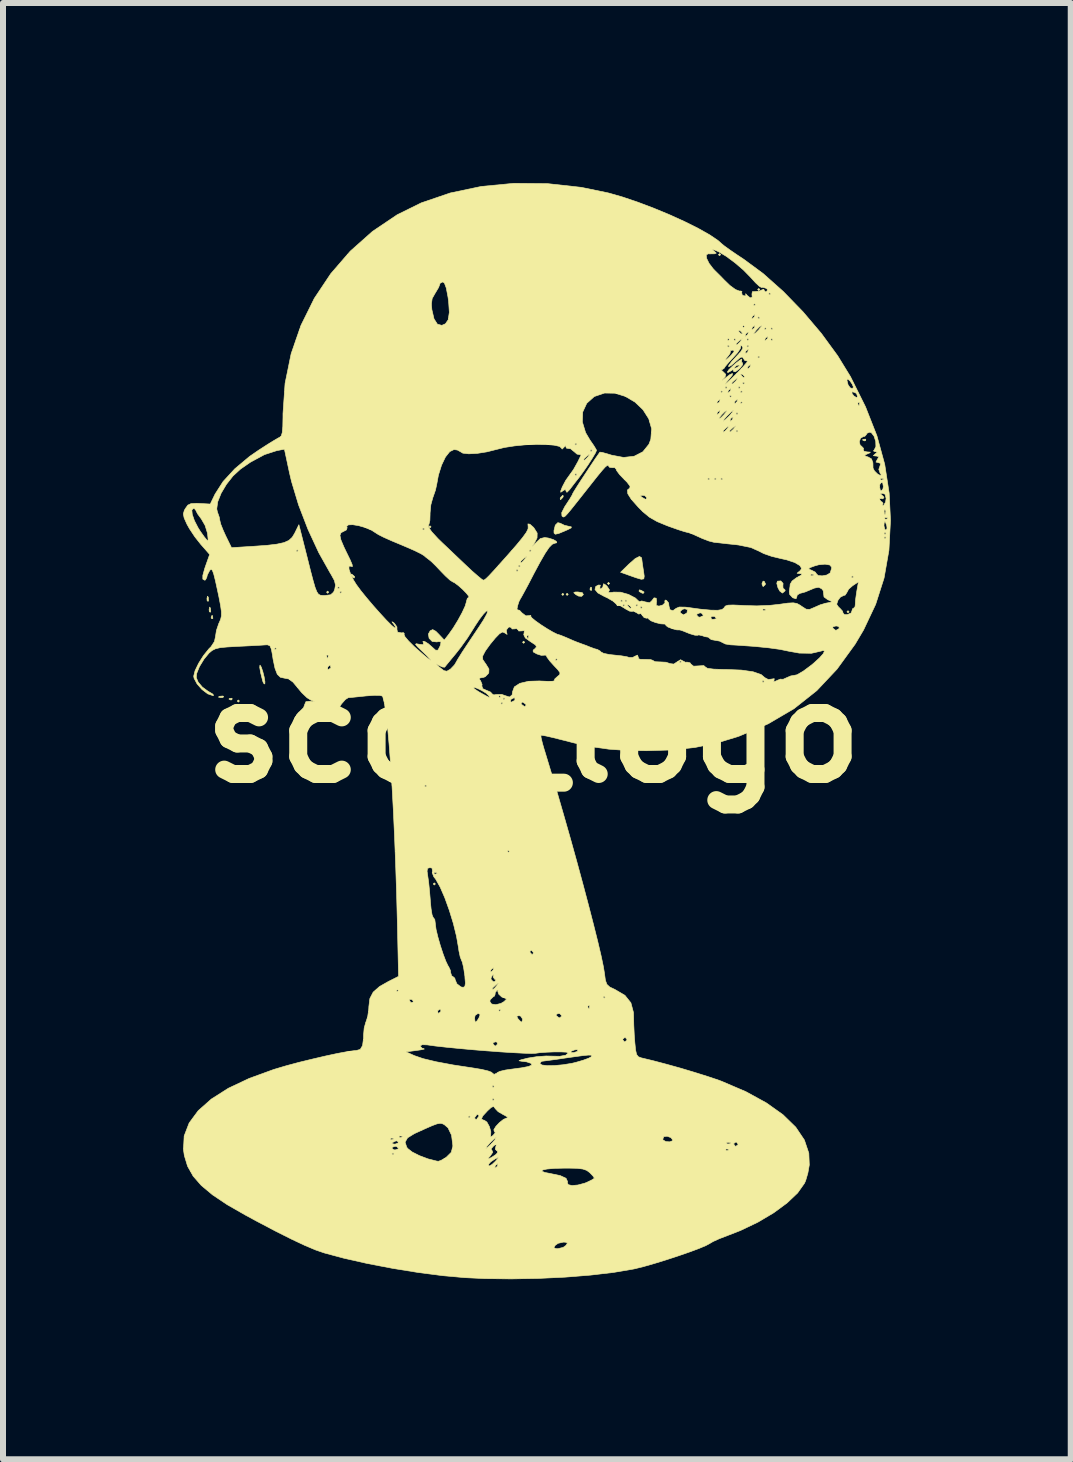
<source format=kicad_pcb>
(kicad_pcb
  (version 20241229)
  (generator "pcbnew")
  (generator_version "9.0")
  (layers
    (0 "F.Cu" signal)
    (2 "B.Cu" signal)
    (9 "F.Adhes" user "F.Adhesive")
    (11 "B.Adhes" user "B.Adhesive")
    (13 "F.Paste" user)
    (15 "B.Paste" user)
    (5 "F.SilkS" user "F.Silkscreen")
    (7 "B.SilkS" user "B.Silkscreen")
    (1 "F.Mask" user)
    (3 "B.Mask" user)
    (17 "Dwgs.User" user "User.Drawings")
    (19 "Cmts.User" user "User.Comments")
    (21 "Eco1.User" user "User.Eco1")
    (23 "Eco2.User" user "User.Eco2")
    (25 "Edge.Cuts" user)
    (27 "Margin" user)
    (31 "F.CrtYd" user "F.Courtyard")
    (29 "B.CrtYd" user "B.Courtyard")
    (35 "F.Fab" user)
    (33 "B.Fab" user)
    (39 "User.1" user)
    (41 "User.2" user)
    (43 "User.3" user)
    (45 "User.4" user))
  (footprint "scot_logo"
    (layer "F.Cu")
    (at 5.839 9.159)
    (property "Reference" "scot_logo" (at 0 0 0) (layer "F.SilkS") (effects (font (size 1.524 1.524) (thickness 0.3))))
    (attr through_hole)
    (fp_poly (pts (xy -4.899 -0.526) (xy -4.917 -0.508) (xy -4.935 -0.526) (xy -4.917 -0.544) (xy -4.899 -0.526)) (stroke (width 0.01) (type solid)) (fill yes) (layer "F.SilkS"))
    (fp_poly (pts (xy -3.411 -2.34) (xy -3.429 -2.322) (xy -3.447 -2.34) (xy -3.429 -2.359) (xy -3.411 -2.34)) (stroke (width 0.01) (type solid)) (fill yes) (layer "F.SilkS"))
    (fp_poly (pts (xy -1.705 -3.429) (xy -1.724 -3.411) (xy -1.742 -3.429) (xy -1.724 -3.447) (xy -1.705 -3.429)) (stroke (width 0.01) (type solid)) (fill yes) (layer "F.SilkS"))
    (fp_poly (pts (xy -1.633 2.522) (xy -1.651 2.54) (xy -1.669 2.522) (xy -1.651 2.504) (xy -1.633 2.522)) (stroke (width 0.01) (type solid)) (fill yes) (layer "F.SilkS"))
    (fp_poly (pts (xy -0.145 -1.506) (xy -0.163 -1.488) (xy -0.181 -1.506) (xy -0.163 -1.524) (xy -0.145 -1.506)) (stroke (width 0.01) (type solid)) (fill yes) (layer "F.SilkS"))
    (fp_poly (pts (xy 0.508 -2.304) (xy 0.49 -2.286) (xy 0.472 -2.304) (xy 0.49 -2.322) (xy 0.508 -2.304)) (stroke (width 0.01) (type solid)) (fill yes) (layer "F.SilkS"))
    (fp_poly (pts (xy 0.581 -2.304) (xy 0.562 -2.286) (xy 0.544 -2.304) (xy 0.562 -2.322) (xy 0.581 -2.304)) (stroke (width 0.01) (type solid)) (fill yes) (layer "F.SilkS"))
    (fp_poly (pts (xy 1.27 -2.486) (xy 1.252 -2.467) (xy 1.234 -2.486) (xy 1.252 -2.504) (xy 1.27 -2.486)) (stroke (width 0.01) (type solid)) (fill yes) (layer "F.SilkS"))
    (fp_poly (pts (xy 3.121 -7.965) (xy 3.102 -7.947) (xy 3.084 -7.965) (xy 3.102 -7.983) (xy 3.121 -7.965)) (stroke (width 0.01) (type solid)) (fill yes) (layer "F.SilkS"))
    (fp_poly (pts (xy 3.774 -7.384) (xy 3.756 -7.366) (xy 3.737 -7.384) (xy 3.756 -7.402) (xy 3.774 -7.384)) (stroke (width 0.01) (type solid)) (fill yes) (layer "F.SilkS"))
    (fp_poly (pts (xy 5.261 -2.014) (xy 5.243 -1.996) (xy 5.225 -2.014) (xy 5.243 -2.032) (xy 5.261 -2.014)) (stroke (width 0.01) (type solid)) (fill yes) (layer "F.SilkS"))
    (fp_poly (pts (xy -5.418 -2.257) (xy -5.414 -2.2) (xy -5.421 -2.187) (xy -5.437 -2.198) (xy -5.44 -2.235) (xy -5.431 -2.273) (xy -5.418 -2.257)) (stroke (width 0.01) (type solid)) (fill yes) (layer "F.SilkS"))
    (fp_poly (pts (xy -5.382 -2.075) (xy -5.377 -2.018) (xy -5.385 -2.006) (xy -5.401 -2.016) (xy -5.404 -2.053) (xy -5.395 -2.092) (xy -5.382 -2.075)) (stroke (width 0.01) (type solid)) (fill yes) (layer "F.SilkS"))
    (fp_poly (pts (xy -5.346 -1.947) (xy -5.342 -1.904) (xy -5.346 -1.899) (xy -5.368 -1.904) (xy -5.37 -1.923) (xy -5.357 -1.953) (xy -5.346 -1.947)) (stroke (width 0.01) (type solid)) (fill yes) (layer "F.SilkS"))
    (fp_poly (pts (xy -5.162 -0.602) (xy -5.173 -0.586) (xy -5.21 -0.583) (xy -5.249 -0.592) (xy -5.232 -0.605) (xy -5.175 -0.61) (xy -5.162 -0.602)) (stroke (width 0.01) (type solid)) (fill yes) (layer "F.SilkS"))
    (fp_poly (pts (xy -5.02 -0.568) (xy -5.025 -0.547) (xy -5.044 -0.544) (xy -5.074 -0.558) (xy -5.068 -0.568) (xy -5.025 -0.573) (xy -5.02 -0.568)) (stroke (width 0.01) (type solid)) (fill yes) (layer "F.SilkS"))
    (fp_poly (pts (xy 0.968 -2.419) (xy 0.972 -2.376) (xy 0.968 -2.371) (xy 0.946 -2.376) (xy 0.943 -2.395) (xy 0.957 -2.425) (xy 0.968 -2.419)) (stroke (width 0.01) (type solid)) (fill yes) (layer "F.SilkS"))
    (fp_poly (pts (xy 5.54 -4.886) (xy 5.535 -4.865) (xy 5.515 -4.862) (xy 5.486 -4.876) (xy 5.491 -4.886) (xy 5.534 -4.891) (xy 5.54 -4.886)) (stroke (width 0.01) (type solid)) (fill yes) (layer "F.SilkS"))
    (fp_poly (pts (xy -3.017 -2.634) (xy -2.978 -2.598) (xy -2.986 -2.577) (xy -2.991 -2.576) (xy -3.022 -2.602) (xy -3.033 -2.618) (xy -3.038 -2.643) (xy -3.017 -2.634)) (stroke (width 0.01) (type solid)) (fill yes) (layer "F.SilkS"))
    (fp_poly (pts (xy 1.794 -2.372) (xy 1.845 -2.343) (xy 1.837 -2.324) (xy 1.816 -2.322) (xy 1.767 -2.349) (xy 1.76 -2.358) (xy 1.766 -2.379) (xy 1.794 -2.372)) (stroke (width 0.01) (type solid)) (fill yes) (layer "F.SilkS"))
    (fp_poly (pts (xy 3.847 -2.521) (xy 3.868 -2.478) (xy 3.863 -2.465) (xy 3.828 -2.433) (xy 3.811 -2.469) (xy 3.81 -2.488) (xy 3.828 -2.525) (xy 3.847 -2.521)) (stroke (width 0.01) (type solid)) (fill yes) (layer "F.SilkS"))
    (fp_poly (pts (xy 0.497 -3.932) (xy 0.49 -3.919) (xy 0.456 -3.884) (xy 0.449 -3.883) (xy 0.447 -3.906) (xy 0.454 -3.919) (xy 0.488 -3.954) (xy 0.494 -3.955) (xy 0.497 -3.932)) (stroke (width 0.01) (type solid)) (fill yes) (layer "F.SilkS"))
    (fp_poly (pts (xy 0.816 -2.332) (xy 0.833 -2.3) (xy 0.804 -2.271) (xy 0.753 -2.275) (xy 0.71 -2.298) (xy 0.672 -2.331) (xy 0.695 -2.343) (xy 0.741 -2.344) (xy 0.816 -2.332)) (stroke (width 0.01) (type solid)) (fill yes) (layer "F.SilkS"))
    (fp_poly (pts (xy -4.536 -1.094) (xy -4.51 -1.019) (xy -4.487 -0.928) (xy -4.474 -0.849) (xy -4.476 -0.81) (xy -4.497 -0.824) (xy -4.511 -0.859) (xy -4.545 -0.995) (xy -4.561 -1.087) (xy -4.557 -1.125) (xy -4.556 -1.125) (xy -4.536 -1.094)) (stroke (width 0.01) (type solid)) (fill yes) (layer "F.SilkS"))
    (fp_poly (pts (xy 4.161 -2.486) (xy 4.158 -2.446) (xy 4.161 -2.401) (xy 4.176 -2.395) (xy 4.197 -2.373) (xy 4.191 -2.359) (xy 4.15 -2.325) (xy 4.106 -2.359) (xy 4.076 -2.413) (xy 4.056 -2.488) (xy 4.067 -2.524) (xy 4.124 -2.528) (xy 4.161 -2.486)) (stroke (width 0.01) (type solid)) (fill yes) (layer "F.SilkS"))
    (fp_poly (pts (xy 0.448 -3.489) (xy 0.515 -3.456) (xy 0.581 -3.44) (xy 0.632 -3.429) (xy 0.63 -3.412) (xy 0.57 -3.381) (xy 0.531 -3.364) (xy 0.423 -3.319) (xy 0.365 -3.306) (xy 0.344 -3.326) (xy 0.343 -3.366) (xy 0.365 -3.457) (xy 0.407 -3.499) (xy 0.448 -3.489)) (stroke (width 0.01) (type solid)) (fill yes) (layer "F.SilkS"))
    (fp_poly (pts (xy 1.803 -2.914) (xy 1.806 -2.894) (xy 1.814 -2.831) (xy 1.829 -2.73) (xy 1.835 -2.694) (xy 1.847 -2.607) (xy 1.84 -2.562) (xy 1.798 -2.555) (xy 1.71 -2.581) (xy 1.625 -2.611) (xy 1.453 -2.672) (xy 1.59 -2.806) (xy 1.698 -2.901) (xy 1.768 -2.936) (xy 1.803 -2.914)) (stroke (width 0.01) (type solid)) (fill yes) (layer "F.SilkS"))
    (fp_poly (pts (xy 3.472 -6.217) (xy 3.471 -6.172) (xy 3.485 -6.162) (xy 3.488 -6.132) (xy 3.445 -6.076) (xy 3.431 -6.062) (xy 3.368 -6.014) (xy 3.339 -6.015) (xy 3.338 -6.022) (xy 3.328 -6.05) (xy 3.285 -6.024) (xy 3.284 -6.023) (xy 3.241 -6) (xy 3.232 -6.01) (xy 3.259 -6.05) (xy 3.28 -6.07) (xy 3.342 -6.07) (xy 3.378 -6.078) (xy 3.385 -6.08) (xy 3.43 -6.109) (xy 3.43 -6.125) (xy 3.392 -6.121) (xy 3.365 -6.101) (xy 3.342 -6.07) (xy 3.28 -6.07) (xy 3.326 -6.115) (xy 3.366 -6.15) (xy 3.437 -6.205) (xy 3.473 -6.225) (xy 3.472 -6.217)) (stroke (width 0.01) (type solid)) (fill yes) (layer "F.SilkS"))
    (fp_poly (pts (xy 0.235 -9.149) (xy 0.798 -9.087) (xy 1.248 -8.994) (xy 1.483 -8.927) (xy 1.74 -8.84) (xy 2.007 -8.739) (xy 2.272 -8.629) (xy 2.523 -8.515) (xy 2.749 -8.402) (xy 2.937 -8.296) (xy 3.076 -8.202) (xy 3.139 -8.146) (xy 3.183 -8.11) (xy 3.273 -8.045) (xy 3.396 -7.961) (xy 3.502 -7.891) (xy 3.83 -7.649) (xy 4.165 -7.351) (xy 4.492 -7.014) (xy 4.799 -6.652) (xy 5.071 -6.28) (xy 5.284 -5.933) (xy 5.535 -5.429) (xy 5.725 -4.946) (xy 5.855 -4.47) (xy 5.929 -3.991) (xy 5.951 -3.538) (xy 5.925 -3.038) (xy 5.844 -2.576) (xy 5.704 -2.138) (xy 5.503 -1.712) (xy 5.362 -1.474) (xy 5.06 -1.058) (xy 4.723 -0.7) (xy 4.342 -0.398) (xy 3.914 -0.147) (xy 3.433 0.057) (xy 3.396 0.07) (xy 3.046 0.176) (xy 2.69 0.248) (xy 2.307 0.289) (xy 1.887 0.302) (xy 1.551 0.297) (xy 1.258 0.276) (xy 0.978 0.236) (xy 0.682 0.173) (xy 0.478 0.121) (xy 0.331 0.084) (xy 0.214 0.057) (xy 0.141 0.044) (xy 0.125 0.044) (xy 0.128 0.083) (xy 0.149 0.172) (xy 0.183 0.291) (xy 0.184 0.292) (xy 0.291 0.645) (xy 0.402 1.017) (xy 0.513 1.401) (xy 0.623 1.787) (xy 0.729 2.169) (xy 0.829 2.538) (xy 0.921 2.885) (xy 1.003 3.203) (xy 1.073 3.483) (xy 1.128 3.717) (xy 1.166 3.898) (xy 1.184 4.008) (xy 1.2 4.127) (xy 1.225 4.196) (xy 1.273 4.24) (xy 1.358 4.28) (xy 1.361 4.282) (xy 1.525 4.378) (xy 1.625 4.503) (xy 1.668 4.665) (xy 1.67 4.733) (xy 1.673 4.872) (xy 1.681 5.04) (xy 1.69 5.159) (xy 1.703 5.289) (xy 1.72 5.364) (xy 1.749 5.402) (xy 1.8 5.421) (xy 1.826 5.427) (xy 2 5.469) (xy 2.216 5.526) (xy 2.453 5.592) (xy 2.69 5.663) (xy 2.906 5.731) (xy 3.082 5.79) (xy 3.138 5.811) (xy 3.542 5.984) (xy 3.883 6.171) (xy 4.16 6.368) (xy 4.372 6.575) (xy 4.516 6.789) (xy 4.59 7.009) (xy 4.598 7.205) (xy 4.574 7.341) (xy 4.537 7.467) (xy 4.518 7.51) (xy 4.403 7.672) (xy 4.228 7.838) (xy 4.004 8.003) (xy 3.741 8.159) (xy 3.45 8.298) (xy 3.229 8.384) (xy 3.101 8.433) (xy 2.995 8.481) (xy 2.937 8.515) (xy 2.874 8.549) (xy 2.757 8.598) (xy 2.598 8.657) (xy 2.413 8.721) (xy 2.215 8.786) (xy 2.02 8.846) (xy 1.842 8.897) (xy 1.694 8.934) (xy 1.666 8.94) (xy 1.336 8.996) (xy 0.95 9.041) (xy 0.526 9.075) (xy 0.081 9.096) (xy -0.369 9.104) (xy -0.807 9.099) (xy -1.143 9.083) (xy -1.511 9.05) (xy -1.92 8.997) (xy -2.347 8.928) (xy -2.769 8.847) (xy -3.163 8.758) (xy -3.486 8.671) (xy -3.629 8.622) (xy -3.716 8.585) (xy 0.341 8.585) (xy 0.376 8.599) (xy 0.408 8.6) (xy 0.496 8.579) (xy 0.544 8.545) (xy 0.567 8.505) (xy 0.532 8.492) (xy 0.499 8.491) (xy 0.411 8.511) (xy 0.363 8.545) (xy 0.341 8.585) (xy -3.716 8.585) (xy -3.807 8.547) (xy -4.026 8.444) (xy -4.293 8.31) (xy -4.612 8.142) (xy -4.793 8.044) (xy -5.101 7.868) (xy -5.346 7.704) (xy -5.534 7.547) (xy -5.671 7.39) (xy -5.716 7.309) (xy 0.14 7.309) (xy 0.191 7.33) (xy 0.278 7.347) (xy 0.446 7.382) (xy 0.544 7.427) (xy 0.57 7.483) (xy 0.566 7.496) (xy 0.579 7.533) (xy 0.643 7.548) (xy 0.742 7.539) (xy 0.858 7.508) (xy 0.89 7.495) (xy 0.971 7.456) (xy 1.014 7.428) (xy 1.016 7.424) (xy 0.992 7.388) (xy 0.937 7.331) (xy 0.888 7.295) (xy 0.824 7.273) (xy 0.728 7.261) (xy 0.582 7.258) (xy 0.528 7.258) (xy 0.353 7.262) (xy 0.226 7.273) (xy 0.154 7.289) (xy 0.14 7.309) (xy -5.716 7.309) (xy -5.747 7.255) (xy -0.644 7.255) (xy -0.639 7.257) (xy -0.606 7.232) (xy -0.599 7.221) (xy -0.589 7.187) (xy -0.594 7.185) (xy -0.628 7.21) (xy -0.635 7.221) (xy -0.644 7.255) (xy -5.747 7.255) (xy -5.763 7.226) (xy -5.772 7.197) (xy -0.75 7.197) (xy -0.742 7.22) (xy -0.733 7.221) (xy -0.688 7.196) (xy -0.632 7.143) (xy -0.586 7.089) (xy -0.59 7.081) (xy -0.642 7.107) (xy -0.712 7.154) (xy -0.75 7.197) (xy -5.772 7.197) (xy -5.817 7.049) (xy -5.821 7.021) (xy -2.359 7.021) (xy -2.34 7.039) (xy -2.322 7.021) (xy -2.34 7.003) (xy -2.359 7.021) (xy -5.821 7.021) (xy -5.832 6.946) (xy -5.831 6.925) (xy -2.359 6.925) (xy -2.329 6.951) (xy -2.304 6.955) (xy -2.256 6.938) (xy -2.25 6.925) (xy -2.279 6.898) (xy -2.304 6.894) (xy -2.352 6.911) (xy -2.359 6.925) (xy -5.831 6.925) (xy -5.826 6.844) (xy -2.359 6.844) (xy -2.329 6.856) (xy -2.304 6.858) (xy -2.256 6.839) (xy -2.251 6.825) (xy -2.138 6.825) (xy -2.111 6.909) (xy -2.094 6.931) (xy -2.02 6.989) (xy -1.899 7.05) (xy -1.755 7.104) (xy -1.613 7.14) (xy -1.584 7.144) (xy -1.537 7.128) (xy -1.49 7.1) (xy -0.758 7.1) (xy -0.749 7.105) (xy -0.701 7.081) (xy -0.63 7.035) (xy -0.599 7.003) (xy -0.601 6.97) (xy -0.614 6.967) (xy -0.632 6.943) (xy 3.205 6.943) (xy 3.21 6.964) (xy 3.229 6.967) (xy 3.259 6.954) (xy 3.254 6.943) (xy 3.211 6.938) (xy 3.205 6.943) (xy -0.632 6.943) (xy -0.634 6.94) (xy -0.627 6.903) (xy -0.616 6.861) (xy -0.641 6.871) (xy -0.668 6.893) (xy -0.707 6.94) (xy -0.691 6.96) (xy -0.677 6.993) (xy -0.714 7.048) (xy -0.758 7.1) (xy -1.49 7.1) (xy -1.46 7.082) (xy -1.448 7.073) (xy -1.369 6.995) (xy -1.352 6.93) (xy -0.794 6.93) (xy -0.793 6.931) (xy -0.758 6.907) (xy -0.707 6.858) (xy 3.338 6.858) (xy 3.366 6.893) (xy 3.375 6.894) (xy 3.41 6.867) (xy 3.411 6.858) (xy 3.383 6.823) (xy 3.375 6.822) (xy 3.339 6.849) (xy 3.338 6.858) (xy -0.707 6.858) (xy -0.698 6.849) (xy 3.209 6.849) (xy 3.245 6.855) (xy 3.292 6.848) (xy 3.292 6.836) (xy 3.244 6.827) (xy 3.223 6.833) (xy 3.209 6.849) (xy -0.698 6.849) (xy -0.698 6.849) (xy -0.689 6.84) (xy -0.638 6.78) (xy -0.636 6.777) (xy 2.156 6.777) (xy 2.161 6.788) (xy 2.206 6.815) (xy 2.27 6.82) (xy 2.316 6.803) (xy 2.322 6.789) (xy 2.293 6.75) (xy 2.229 6.726) (xy 2.173 6.733) (xy 2.156 6.777) (xy -0.636 6.777) (xy -0.621 6.75) (xy -0.622 6.749) (xy -0.657 6.773) (xy -0.717 6.831) (xy -0.726 6.84) (xy -0.777 6.9) (xy -0.794 6.93) (xy -1.352 6.93) (xy -1.343 6.897) (xy -1.343 6.876) (xy -1.364 6.709) (xy -1.423 6.586) (xy -1.486 6.532) (xy -1.521 6.516) (xy -1.556 6.511) (xy -1.606 6.52) (xy -1.682 6.548) (xy -1.797 6.598) (xy -1.964 6.674) (xy -1.987 6.685) (xy -2.097 6.753) (xy -2.138 6.825) (xy -2.251 6.825) (xy -2.25 6.823) (xy -2.276 6.803) (xy -2.304 6.809) (xy -2.352 6.834) (xy -2.359 6.844) (xy -5.826 6.844) (xy -5.822 6.761) (xy -2.383 6.761) (xy -2.378 6.783) (xy -2.359 6.785) (xy -2.329 6.772) (xy -2.334 6.761) (xy -2.377 6.757) (xy -2.383 6.761) (xy -5.822 6.761) (xy -5.82 6.725) (xy -2.238 6.725) (xy -2.233 6.747) (xy -2.213 6.749) (xy -2.184 6.736) (xy -2.189 6.725) (xy -2.232 6.721) (xy -2.238 6.725) (xy -5.82 6.725) (xy -5.82 6.722) (xy -5.737 6.506) (xy -5.679 6.427) (xy -0.98 6.427) (xy -0.957 6.447) (xy -0.943 6.441) (xy -0.943 6.44) (xy -0.866 6.44) (xy -0.832 6.458) (xy -0.82 6.459) (xy -0.775 6.49) (xy -0.734 6.564) (xy -0.709 6.65) (xy -0.712 6.719) (xy -0.715 6.726) (xy -0.712 6.739) (xy -0.674 6.714) (xy -0.635 6.667) (xy -0.652 6.647) (xy -0.659 6.617) (xy -0.625 6.562) (xy -0.566 6.499) (xy -0.499 6.446) (xy -0.442 6.421) (xy -0.438 6.421) (xy -0.429 6.408) (xy -0.477 6.379) (xy -0.499 6.368) (xy -0.586 6.318) (xy -0.638 6.264) (xy -0.64 6.259) (xy -0.663 6.23) (xy -0.703 6.246) (xy -0.765 6.303) (xy -0.845 6.39) (xy -0.866 6.44) (xy -0.943 6.44) (xy -0.908 6.393) (xy -0.907 6.382) (xy -0.929 6.362) (xy -0.943 6.368) (xy -0.978 6.416) (xy -0.98 6.427) (xy -5.679 6.427) (xy -5.662 6.404) (xy -1.089 6.404) (xy -1.07 6.423) (xy -1.052 6.404) (xy -1.07 6.386) (xy -1.089 6.404) (xy -5.662 6.404) (xy -5.586 6.301) (xy -5.375 6.114) (xy -0.689 6.114) (xy -0.671 6.132) (xy -0.653 6.114) (xy -0.671 6.096) (xy -0.689 6.114) (xy -5.375 6.114) (xy -5.367 6.107) (xy -5.084 5.927) (xy -5.018 5.896) (xy -0.689 5.896) (xy -0.671 5.915) (xy -0.653 5.896) (xy -0.671 5.878) (xy -0.689 5.896) (xy -5.018 5.896) (xy -4.737 5.763) (xy -4.328 5.614) (xy -4.298 5.605) (xy -4.116 5.551) (xy -3.907 5.495) (xy -3.685 5.441) (xy -3.467 5.39) (xy -3.267 5.347) (xy -3.121 5.32) (xy -2.123 5.32) (xy -1.984 5.383) (xy -1.839 5.433) (xy -1.622 5.485) (xy -1.333 5.539) (xy -0.998 5.59) (xy -0.861 5.613) (xy -0.756 5.638) (xy -0.7 5.659) (xy -0.695 5.664) (xy -0.656 5.696) (xy -0.607 5.673) (xy -0.602 5.666) (xy -0.558 5.645) (xy -0.465 5.623) (xy -0.374 5.61) (xy -0.195 5.586) (xy -0.082 5.564) (xy -0.03 5.542) (xy -0.032 5.518) (xy -0.036 5.515) (xy 0.109 5.515) (xy 0.142 5.539) (xy 0.229 5.55) (xy 0.353 5.548) (xy 0.496 5.535) (xy 0.643 5.511) (xy 0.709 5.495) (xy 0.829 5.46) (xy 0.921 5.426) (xy 0.96 5.405) (xy 0.974 5.385) (xy 0.962 5.375) (xy 0.915 5.374) (xy 0.822 5.383) (xy 0.675 5.403) (xy 0.526 5.424) (xy 0.371 5.447) (xy 0.243 5.464) (xy 0.159 5.475) (xy 0.136 5.478) (xy 0.11 5.507) (xy 0.109 5.515) (xy -0.036 5.515) (xy -0.042 5.511) (xy -0.112 5.487) (xy -0.2 5.476) (xy -0.239 5.469) (xy -0.21 5.454) (xy -0.112 5.429) (xy -0.091 5.424) (xy 0.06 5.4) (xy 0.212 5.389) (xy 0.29 5.391) (xy 0.439 5.394) (xy 0.539 5.376) (xy 0.58 5.34) (xy 0.581 5.335) (xy 0.548 5.325) (xy 0.463 5.321) (xy 0.348 5.321) (xy 0.222 5.326) (xy 0.107 5.334) (xy 0.036 5.344) (xy -0.033 5.347) (xy -0.161 5.343) (xy -0.335 5.334) (xy -0.543 5.321) (xy -0.671 5.311) (xy 0.627 5.311) (xy 0.627 5.329) (xy 0.669 5.334) (xy 0.729 5.314) (xy 0.742 5.301) (xy 0.73 5.283) (xy 0.689 5.287) (xy 0.627 5.311) (xy -0.671 5.311) (xy -0.771 5.304) (xy -1.007 5.285) (xy -1.238 5.264) (xy -1.451 5.243) (xy -1.632 5.223) (xy -1.769 5.204) (xy -1.853 5.201) (xy -1.887 5.222) (xy -1.887 5.223) (xy -1.857 5.258) (xy -1.823 5.267) (xy -1.819 5.274) (xy -1.873 5.286) (xy -1.941 5.296) (xy -2.123 5.32) (xy -3.121 5.32) (xy -3.101 5.316) (xy -2.983 5.3) (xy -2.952 5.298) (xy -2.885 5.279) (xy -2.847 5.215) (xy -2.841 5.17) (xy -0.674 5.17) (xy -0.671 5.189) (xy -0.64 5.223) (xy -0.635 5.225) (xy -0.606 5.2) (xy -0.599 5.189) (xy -0.607 5.158) (xy -0.635 5.153) (xy -0.674 5.17) (xy -2.841 5.17) (xy -2.834 5.116) (xy 1.488 5.116) (xy 1.515 5.152) (xy 1.524 5.153) (xy 1.559 5.125) (xy 1.56 5.116) (xy 1.533 5.081) (xy 1.524 5.08) (xy 1.489 5.108) (xy 1.488 5.116) (xy -2.834 5.116) (xy -2.831 5.096) (xy -2.83 5.038) (xy -2.82 4.923) (xy -2.793 4.826) (xy -2.788 4.815) (xy -2.768 4.753) (xy -0.98 4.753) (xy -0.973 4.812) (xy -0.963 4.826) (xy -0.935 4.798) (xy -0.907 4.753) (xy -0.897 4.727) (xy -0.279 4.727) (xy -0.258 4.766) (xy -0.254 4.772) (xy -0.211 4.817) (xy -0.195 4.826) (xy -0.183 4.796) (xy -0.181 4.772) (xy -0.211 4.725) (xy -0.24 4.717) (xy -0.279 4.727) (xy -0.897 4.727) (xy -0.887 4.698) (xy 0.378 4.698) (xy 0.381 4.717) (xy 0.427 4.752) (xy 0.438 4.753) (xy 0.471 4.726) (xy 0.472 4.717) (xy 0.442 4.685) (xy 0.415 4.681) (xy 0.378 4.698) (xy -0.887 4.698) (xy -0.887 4.698) (xy -0.916 4.681) (xy -0.924 4.681) (xy -0.97 4.711) (xy -0.98 4.753) (xy -2.768 4.753) (xy -2.761 4.73) (xy -2.749 4.645) (xy -1.597 4.645) (xy -1.584 4.68) (xy -1.581 4.681) (xy -1.55 4.655) (xy -1.542 4.645) (xy -1.544 4.626) (xy -0.581 4.626) (xy -0.562 4.645) (xy -0.544 4.626) (xy -0.562 4.608) (xy -0.581 4.626) (xy -1.544 4.626) (xy -1.545 4.611) (xy -1.558 4.608) (xy -1.595 4.635) (xy -1.597 4.645) (xy -2.749 4.645) (xy -2.744 4.611) (xy -2.742 4.572) (xy 0.907 4.572) (xy 0.92 4.602) (xy 0.931 4.596) (xy 0.936 4.553) (xy 0.931 4.548) (xy 0.91 4.553) (xy 0.907 4.572) (xy -2.742 4.572) (xy -2.742 4.567) (xy -2.729 4.461) (xy -2.068 4.461) (xy -2.042 4.498) (xy -2.032 4.499) (xy -1.997 4.487) (xy -1.996 4.483) (xy -1.998 4.48) (xy -0.726 4.48) (xy -0.697 4.523) (xy -0.627 4.534) (xy -0.541 4.513) (xy -0.488 4.482) (xy -0.448 4.441) (xy -0.465 4.428) (xy -0.519 4.409) (xy 1.161 4.409) (xy 1.179 4.427) (xy 1.197 4.409) (xy 1.179 4.391) (xy 1.161 4.409) (xy -0.519 4.409) (xy -0.527 4.406) (xy -0.578 4.358) (xy -0.594 4.31) (xy -0.588 4.298) (xy -0.589 4.287) (xy -0.608 4.297) (xy -0.639 4.337) (xy -0.636 4.353) (xy -0.647 4.389) (xy -0.671 4.404) (xy -0.72 4.452) (xy -0.726 4.48) (xy -1.998 4.48) (xy -2.021 4.452) (xy -2.032 4.445) (xy -2.065 4.448) (xy -2.068 4.461) (xy -2.729 4.461) (xy -2.725 4.431) (xy -2.67 4.325) (xy -2.641 4.3) (xy -2.286 4.3) (xy -2.268 4.318) (xy -2.25 4.3) (xy -2.268 4.282) (xy -2.286 4.3) (xy -2.641 4.3) (xy -2.593 4.257) (xy -0.682 4.257) (xy -0.682 4.281) (xy -0.676 4.282) (xy -0.645 4.257) (xy -0.612 4.218) (xy -0.581 4.175) (xy -0.6 4.184) (xy -0.626 4.205) (xy -0.682 4.257) (xy -2.593 4.257) (xy -2.565 4.232) (xy -2.421 4.15) (xy -2.247 4.062) (xy -2.267 3.165) (xy -2.28 2.67) (xy -2.292 2.308) (xy -1.772 2.308) (xy -1.761 2.386) (xy -1.746 2.49) (xy -1.731 2.637) (xy -1.718 2.794) (xy -1.718 2.803) (xy -1.705 2.936) (xy -1.689 3.034) (xy -1.67 3.082) (xy -1.666 3.084) (xy -1.643 3.116) (xy -1.633 3.192) (xy -1.633 3.196) (xy -1.622 3.28) (xy -1.592 3.405) (xy -1.551 3.548) (xy -1.504 3.691) (xy -1.459 3.81) (xy -1.422 3.887) (xy -1.413 3.899) (xy -1.383 3.963) (xy -1.379 3.999) (xy -1.362 4.054) (xy -1.343 4.064) (xy -1.309 4.093) (xy -1.306 4.111) (xy -1.276 4.185) (xy -1.207 4.238) (xy -1.169 4.245) (xy -1.142 4.23) (xy -1.133 4.175) (xy -1.14 4.092) (xy -0.707 4.092) (xy -0.702 4.119) (xy -0.665 4.153) (xy -0.642 4.148) (xy -0.624 4.121) (xy -0.646 4.109) (xy -0.672 4.072) (xy -0.666 4.055) (xy -0.665 4.034) (xy -0.682 4.041) (xy -0.707 4.092) (xy -1.14 4.092) (xy -1.141 4.066) (xy -1.145 4.037) (xy -1.152 3.989) (xy -0.717 3.989) (xy -0.712 3.991) (xy -0.679 3.966) (xy -0.671 3.955) (xy -0.662 3.921) (xy -0.667 3.919) (xy -0.7 3.944) (xy -0.708 3.955) (xy -0.717 3.989) (xy -1.152 3.989) (xy -1.163 3.917) (xy -1.184 3.826) (xy -1.199 3.792) (xy -1.22 3.736) (xy -1.238 3.651) (xy -0.06 3.651) (xy -0.054 3.665) (xy -0.022 3.699) (xy -0.016 3.701) (xy -0.000416 3.673) (xy 0 3.665) (xy -0.028 3.63) (xy -0.038 3.629) (xy -0.06 3.651) (xy -1.238 3.651) (xy -1.241 3.638) (xy -1.247 3.592) (xy -1.281 3.396) (xy -1.334 3.18) (xy -1.402 2.959) (xy -1.477 2.751) (xy -1.554 2.574) (xy -1.628 2.443) (xy -1.659 2.404) (xy -1.686 2.336) (xy -1.686 2.334) (xy -1.657 2.334) (xy -1.652 2.356) (xy -1.633 2.359) (xy -1.603 2.345) (xy -1.609 2.334) (xy -1.652 2.33) (xy -1.657 2.334) (xy -1.686 2.334) (xy -1.682 2.303) (xy -1.689 2.258) (xy -1.724 2.25) (xy -1.763 2.261) (xy -1.772 2.308) (xy -2.292 2.308) (xy -2.296 2.19) (xy -2.304 1.978) (xy -0.435 1.978) (xy -0.417 1.996) (xy -0.399 1.978) (xy -0.417 1.959) (xy -0.435 1.978) (xy -2.304 1.978) (xy -2.314 1.728) (xy -2.334 1.292) (xy -2.356 0.889) (xy -1.814 0.889) (xy -1.796 0.907) (xy -1.778 0.889) (xy -1.796 0.871) (xy -1.814 0.889) (xy -2.356 0.889) (xy -2.357 0.886) (xy -2.38 0.517) (xy -2.405 0.19) (xy -2.43 -0.09) (xy -2.443 -0.2) (xy 0.726 -0.2) (xy 0.744 -0.181) (xy 0.762 -0.2) (xy 0.744 -0.218) (xy 0.726 -0.2) (xy -2.443 -0.2) (xy -2.456 -0.316) (xy -2.482 -0.484) (xy -2.483 -0.49) (xy -0.544 -0.49) (xy -0.526 -0.472) (xy -0.512 -0.486) (xy -0.205 -0.486) (xy -0.2 -0.472) (xy -0.152 -0.437) (xy -0.141 -0.435) (xy -0.121 -0.458) (xy -0.127 -0.472) (xy -0.175 -0.507) (xy -0.186 -0.508) (xy -0.205 -0.486) (xy -0.512 -0.486) (xy -0.508 -0.49) (xy -0.526 -0.508) (xy -0.544 -0.49) (xy -2.483 -0.49) (xy -2.501 -0.562) (xy -0.508 -0.562) (xy -0.49 -0.544) (xy -0.381 -0.544) (xy -0.379 -0.511) (xy -0.367 -0.508) (xy -0.316 -0.534) (xy -0.308 -0.544) (xy -0.31 -0.578) (xy -0.322 -0.581) (xy -0.374 -0.554) (xy -0.381 -0.544) (xy -0.49 -0.544) (xy -0.472 -0.562) (xy -0.49 -0.581) (xy -0.508 -0.562) (xy -2.501 -0.562) (xy -2.507 -0.587) (xy -2.517 -0.609) (xy -2.56 -0.62) (xy -2.654 -0.621) (xy -2.78 -0.612) (xy -2.783 -0.612) (xy -2.916 -0.598) (xy -3.025 -0.587) (xy -3.085 -0.582) (xy -3.133 -0.552) (xy -3.198 -0.478) (xy -3.238 -0.417) (xy -3.322 -0.303) (xy -3.394 -0.259) (xy -3.455 -0.285) (xy -3.483 -0.327) (xy -3.533 -0.381) (xy -3.59 -0.398) (xy -3.626 -0.373) (xy -3.63 -0.354) (xy -3.657 -0.282) (xy -3.718 -0.209) (xy -3.789 -0.159) (xy -3.832 -0.151) (xy -3.9 -0.19) (xy -3.933 -0.23) (xy -3.951 -0.288) (xy -3.95 -0.29) (xy -3.919 -0.29) (xy -3.89 -0.258) (xy -3.867 -0.254) (xy -3.805 -0.276) (xy -3.792 -0.29) (xy -3.803 -0.319) (xy -3.844 -0.327) (xy -3.904 -0.312) (xy -3.919 -0.29) (xy -3.95 -0.29) (xy -3.914 -0.336) (xy -3.892 -0.353) (xy -3.83 -0.416) (xy -3.81 -0.471) (xy -3.791 -0.516) (xy -3.724 -0.523) (xy -3.71 -0.522) (xy -3.643 -0.514) (xy -3.646 -0.52) (xy -3.701 -0.537) (xy -3.772 -0.581) (xy -3.86 -0.665) (xy -3.919 -0.736) (xy -3.933 -0.753) (xy -1.001 -0.753) (xy -0.982 -0.728) (xy -0.916 -0.684) (xy -0.88 -0.663) (xy -0.784 -0.61) (xy -0.739 -0.588) (xy -0.73 -0.593) (xy -0.734 -0.599) (xy -0.581 -0.599) (xy -0.562 -0.581) (xy -0.544 -0.599) (xy -0.562 -0.617) (xy -0.581 -0.599) (xy -0.734 -0.599) (xy -0.744 -0.617) (xy -0.787 -0.656) (xy -0.861 -0.702) (xy -0.938 -0.739) (xy -0.992 -0.755) (xy -1.001 -0.753) (xy -3.933 -0.753) (xy -4.006 -0.841) (xy -4.071 -0.889) (xy -0.901 -0.889) (xy -0.881 -0.866) (xy -0.855 -0.803) (xy -0.859 -0.777) (xy -0.843 -0.732) (xy -0.783 -0.705) (xy -0.714 -0.676) (xy -0.689 -0.647) (xy -0.661 -0.628) (xy -0.618 -0.635) (xy -0.527 -0.637) (xy -0.482 -0.62) (xy -0.399 -0.593) (xy -0.355 -0.627) (xy -0.347 -0.683) (xy -0.317 -0.762) (xy -0.226 -0.821) (xy -0.091 -0.853) (xy 3.81 -0.853) (xy 3.828 -0.835) (xy 3.846 -0.853) (xy 3.828 -0.871) (xy 3.81 -0.853) (xy -0.091 -0.853) (xy -0.083 -0.855) (xy 0.102 -0.861) (xy 0.128 -0.859) (xy 0.245 -0.854) (xy 0.323 -0.856) (xy 0.346 -0.863) (xy 0.346 -0.863) (xy 0.357 -0.895) (xy 0.399 -0.933) (xy 0.439 -0.966) (xy 0.443 -0.999) (xy 0.406 -1.05) (xy 0.345 -1.114) (xy 0.271 -1.196) (xy 0.257 -1.216) (xy 0.363 -1.216) (xy 0.381 -1.197) (xy 0.399 -1.216) (xy 0.381 -1.234) (xy 0.363 -1.216) (xy 0.257 -1.216) (xy 0.226 -1.258) (xy 0.218 -1.278) (xy 0.196 -1.295) (xy 0.184 -1.29) (xy 0.13 -1.288) (xy 0.058 -1.311) (xy -0.003 -1.345) (xy -0.004 -1.374) (xy 0.023 -1.396) (xy 0.052 -1.428) (xy 0.035 -1.461) (xy -0.038 -1.509) (xy -0.049 -1.516) (xy -0.135 -1.578) (xy -0.144 -1.597) (xy -0.109 -1.597) (xy -0.096 -1.567) (xy -0.085 -1.572) (xy -0.08 -1.615) (xy -0.085 -1.621) (xy -0.106 -1.616) (xy -0.109 -1.597) (xy -0.144 -1.597) (xy -0.161 -1.632) (xy -0.156 -1.656) (xy -0.151 -1.7) (xy -0.193 -1.695) (xy -0.244 -1.693) (xy -0.254 -1.71) (xy -0.28 -1.734) (xy -0.308 -1.729) (xy -0.355 -1.727) (xy -0.363 -1.742) (xy -0.389 -1.761) (xy -0.415 -1.756) (xy -0.45 -1.71) (xy -0.446 -1.675) (xy -0.438 -1.636) (xy -0.469 -1.656) (xy -0.473 -1.659) (xy -0.512 -1.677) (xy -0.563 -1.65) (xy -0.634 -1.577) (xy -0.719 -1.474) (xy -0.793 -1.372) (xy -0.809 -1.346) (xy -0.847 -1.272) (xy -0.844 -1.218) (xy -0.797 -1.149) (xy -0.792 -1.143) (xy -0.741 -1.06) (xy -0.743 -0.999) (xy -0.751 -0.984) (xy -0.802 -0.932) (xy -0.829 -0.921) (xy -0.895 -0.909) (xy -0.901 -0.889) (xy -4.071 -0.889) (xy -4.078 -0.894) (xy -4.146 -0.907) (xy -4.216 -0.922) (xy -4.268 -0.972) (xy -4.306 -1.071) (xy -4.31 -1.089) (xy -3.429 -1.089) (xy -3.426 -1.055) (xy -3.413 -1.052) (xy -3.376 -1.079) (xy -3.375 -1.089) (xy -3.387 -1.124) (xy -3.391 -1.125) (xy -3.422 -1.099) (xy -3.429 -1.089) (xy -4.31 -1.089) (xy -4.322 -1.146) (xy -1.621 -1.146) (xy -1.617 -1.136) (xy -1.565 -1.09) (xy -1.492 -1.033) (xy -1.442 -1.023) (xy -1.387 -1.055) (xy -1.377 -1.063) (xy -1.315 -1.128) (xy -1.295 -1.161) (xy -1.259 -1.225) (xy -1.184 -1.345) (xy -1.068 -1.52) (xy -0.912 -1.753) (xy -0.896 -1.777) (xy -0.831 -1.878) (xy -0.784 -1.962) (xy -0.771 -1.989) (xy -0.763 -2.032) (xy -0.787 -2.023) (xy -0.835 -1.973) (xy -0.899 -1.889) (xy -0.97 -1.782) (xy -1.002 -1.73) (xy -1.097 -1.58) (xy -1.213 -1.418) (xy -1.299 -1.309) (xy -1.383 -1.208) (xy -1.447 -1.13) (xy -1.478 -1.091) (xy -1.479 -1.09) (xy -1.515 -1.093) (xy -1.571 -1.119) (xy -1.621 -1.146) (xy -4.322 -1.146) (xy -4.339 -1.227) (xy -4.345 -1.27) (xy -3.447 -1.27) (xy -3.434 -1.24) (xy -3.423 -1.246) (xy -3.419 -1.289) (xy -3.423 -1.294) (xy -3.445 -1.289) (xy -3.447 -1.27) (xy -4.345 -1.27) (xy -4.347 -1.284) (xy -4.367 -1.393) (xy -4.369 -1.397) (xy -4.318 -1.397) (xy -4.3 -1.379) (xy -4.282 -1.397) (xy -4.3 -1.415) (xy -4.318 -1.397) (xy -4.369 -1.397) (xy -4.391 -1.447) (xy -4.431 -1.463) (xy -4.464 -1.462) (xy -4.538 -1.457) (xy -4.663 -1.45) (xy -4.821 -1.442) (xy -4.931 -1.437) (xy -5.103 -1.427) (xy -5.22 -1.416) (xy -5.298 -1.397) (xy -5.354 -1.369) (xy -5.405 -1.326) (xy -5.407 -1.324) (xy -5.488 -1.226) (xy -5.561 -1.107) (xy -5.573 -1.082) (xy -5.612 -0.984) (xy -5.618 -0.918) (xy -5.592 -0.853) (xy -5.585 -0.84) (xy -5.517 -0.759) (xy -5.419 -0.687) (xy -5.406 -0.68) (xy -5.341 -0.641) (xy -5.33 -0.619) (xy -5.342 -0.617) (xy -5.427 -0.646) (xy -5.522 -0.718) (xy -5.605 -0.812) (xy -5.655 -0.906) (xy -5.661 -0.941) (xy -5.638 -1.033) (xy -5.579 -1.155) (xy -5.498 -1.284) (xy -5.407 -1.397) (xy -5.371 -1.433) (xy -5.315 -1.519) (xy -5.298 -1.601) (xy -5.282 -1.703) (xy -5.243 -1.818) (xy -5.237 -1.83) (xy -5.212 -1.888) (xy -5.199 -1.945) (xy -5.199 -2.015) (xy -5.213 -2.116) (xy -5.241 -2.262) (xy -5.262 -2.361) (xy -5.3 -2.535) (xy -5.328 -2.646) (xy -5.35 -2.705) (xy -5.37 -2.722) (xy -5.392 -2.705) (xy -5.395 -2.701) (xy -5.434 -2.627) (xy -5.443 -2.587) (xy -5.465 -2.544) (xy -5.479 -2.54) (xy -5.509 -2.558) (xy -5.509 -2.62) (xy -5.478 -2.733) (xy -5.455 -2.8) (xy -5.395 -2.969) (xy -5.448 -3.03) (xy -3.955 -3.03) (xy -3.937 -3.012) (xy -3.919 -3.03) (xy -3.937 -3.048) (xy -3.955 -3.03) (xy -5.448 -3.03) (xy -5.544 -3.139) (xy -5.642 -3.263) (xy -5.732 -3.399) (xy -5.774 -3.474) (xy -5.82 -3.577) (xy -5.834 -3.644) (xy -5.818 -3.701) (xy -5.814 -3.709) (xy -5.692 -3.709) (xy -5.685 -3.636) (xy -5.649 -3.532) (xy -5.588 -3.414) (xy -5.551 -3.355) (xy -5.487 -3.265) (xy -5.44 -3.207) (xy -5.425 -3.193) (xy -5.421 -3.225) (xy -5.429 -3.303) (xy -5.433 -3.329) (xy -5.471 -3.452) (xy -5.535 -3.563) (xy -5.539 -3.568) (xy -5.595 -3.644) (xy -5.624 -3.699) (xy -5.624 -3.704) (xy -5.645 -3.728) (xy -5.277 -3.728) (xy -5.266 -3.678) (xy -5.235 -3.59) (xy -5.225 -3.534) (xy -5.21 -3.473) (xy -5.17 -3.373) (xy -5.128 -3.28) (xy -5.031 -3.082) (xy -4.665 -3.105) (xy -4.439 -3.121) (xy -4.273 -3.141) (xy -4.155 -3.167) (xy -4.075 -3.203) (xy -4.019 -3.255) (xy -3.977 -3.324) (xy -3.975 -3.329) (xy -3.908 -3.465) (xy -3.773 -2.933) (xy -3.716 -2.705) (xy -3.672 -2.538) (xy -3.639 -2.423) (xy -3.61 -2.349) (xy -3.583 -2.308) (xy -3.552 -2.29) (xy -3.513 -2.286) (xy -3.47 -2.286) (xy -3.379 -2.297) (xy -3.331 -2.34) (xy -3.229 -2.34) (xy -3.211 -2.322) (xy -3.193 -2.34) (xy -3.211 -2.359) (xy -3.229 -2.34) (xy -3.331 -2.34) (xy -3.33 -2.341) (xy -3.311 -2.386) (xy -3.306 -2.413) (xy -3.266 -2.413) (xy -3.248 -2.395) (xy -3.229 -2.413) (xy -3.248 -2.431) (xy -3.266 -2.413) (xy -3.306 -2.413) (xy -3.298 -2.459) (xy -3.316 -2.535) (xy -3.373 -2.639) (xy -3.38 -2.649) (xy -3.576 -2.998) (xy -3.71 -3.287) (xy -3.224 -3.287) (xy -3.208 -3.212) (xy -3.158 -3.094) (xy -3.121 -3.017) (xy -3.055 -2.882) (xy -3.021 -2.802) (xy -3.016 -2.767) (xy -3.037 -2.77) (xy -3.046 -2.774) (xy -3.074 -2.773) (xy -3.073 -2.724) (xy -3.046 -2.643) (xy -2.999 -2.545) (xy -2.95 -2.466) (xy -2.877 -2.367) (xy -2.779 -2.246) (xy -2.667 -2.114) (xy -2.553 -1.986) (xy -2.449 -1.873) (xy -2.365 -1.789) (xy -2.314 -1.747) (xy -2.31 -1.745) (xy -2.296 -1.756) (xy -2.322 -1.799) (xy -2.357 -1.846) (xy -2.345 -1.843) (xy -2.315 -1.821) (xy -2.274 -1.761) (xy -2.274 -1.721) (xy -2.265 -1.675) (xy -2.2 -1.662) (xy -2.165 -1.666) (xy -2.151 -1.649) (xy -2.156 -1.637) (xy -2.141 -1.599) (xy -2.081 -1.528) (xy -1.989 -1.436) (xy -1.95 -1.401) (xy -1.831 -1.297) (xy -1.749 -1.23) (xy -1.709 -1.204) (xy -1.716 -1.218) (xy -1.771 -1.277) (xy -1.845 -1.348) (xy -1.929 -1.429) (xy -1.964 -1.471) (xy -1.953 -1.482) (xy -1.906 -1.473) (xy -1.838 -1.465) (xy -1.832 -1.486) (xy -1.841 -1.522) (xy -1.81 -1.518) (xy -1.751 -1.481) (xy -1.695 -1.432) (xy -1.629 -1.373) (xy -1.59 -1.375) (xy -1.556 -1.44) (xy -1.547 -1.465) (xy -1.54 -1.512) (xy -1.581 -1.517) (xy -1.609 -1.511) (xy -1.686 -1.519) (xy -1.738 -1.572) (xy -1.75 -1.643) (xy -1.72 -1.697) (xy -1.678 -1.717) (xy -1.626 -1.689) (xy -1.579 -1.642) (xy -1.485 -1.542) (xy -1.414 -1.633) (xy -1.337 -1.742) (xy -1.258 -1.871) (xy -1.188 -1.999) (xy -1.137 -2.109) (xy -1.116 -2.181) (xy -1.116 -2.186) (xy -1.1 -2.24) (xy -1.077 -2.25) (xy -1.076 -2.271) (xy -1.115 -2.321) (xy -1.178 -2.386) (xy -1.25 -2.45) (xy -1.313 -2.497) (xy -1.344 -2.512) (xy -1.391 -2.542) (xy -1.467 -2.612) (xy -1.538 -2.685) (xy -1.625 -2.777) (xy -1.697 -2.848) (xy -1.731 -2.876) (xy -1.796 -2.926) (xy -1.822 -2.949) (xy -1.874 -2.981) (xy -1.977 -3.032) (xy -2.114 -3.092) (xy -2.213 -3.134) (xy -2.364 -3.197) (xy -2.494 -3.255) (xy -2.583 -3.3) (xy -2.613 -3.319) (xy -2.697 -3.373) (xy -2.744 -3.393) (xy -1.851 -3.393) (xy -1.832 -3.375) (xy -1.814 -3.393) (xy -1.832 -3.411) (xy -1.851 -3.393) (xy -2.744 -3.393) (xy -2.802 -3.417) (xy -2.821 -3.423) (xy -1.748 -3.423) (xy -1.693 -3.345) (xy -1.588 -3.231) (xy -1.515 -3.16) (xy -1.446 -3.095) (xy -1.341 -2.995) (xy -1.217 -2.877) (xy -1.139 -2.803) (xy -1.023 -2.694) (xy -0.924 -2.608) (xy -0.857 -2.553) (xy -0.834 -2.54) (xy -0.816 -2.546) (xy -0.787 -2.568) (xy -0.739 -2.615) (xy -0.665 -2.695) (xy -0.657 -2.703) (xy -0.29 -2.703) (xy -0.272 -2.685) (xy -0.254 -2.703) (xy -0.272 -2.721) (xy -0.29 -2.703) (xy -0.657 -2.703) (xy -0.592 -2.776) (xy -0.254 -2.776) (xy -0.236 -2.758) (xy -0.218 -2.776) (xy -0.236 -2.794) (xy -0.254 -2.776) (xy -0.592 -2.776) (xy -0.558 -2.814) (xy -0.521 -2.855) (xy -0.211 -2.855) (xy -0.21 -2.831) (xy -0.204 -2.83) (xy -0.174 -2.855) (xy -0.141 -2.894) (xy -0.109 -2.937) (xy -0.128 -2.928) (xy -0.154 -2.907) (xy -0.211 -2.855) (xy -0.521 -2.855) (xy -0.43 -2.957) (xy -0.366 -3.03) (xy -0.073 -3.03) (xy -0.054 -3.012) (xy -0.036 -3.03) (xy -0.054 -3.048) (xy -0.073 -3.03) (xy -0.366 -3.03) (xy -0.283 -3.125) (xy -0.181 -3.249) (xy -0.118 -3.336) (xy -0.089 -3.394) (xy -0.087 -3.433) (xy -0.088 -3.434) (xy -0.091 -3.478) (xy -0.058 -3.473) (xy 0.001 -3.421) (xy 0.01 -3.41) (xy 0.063 -3.326) (xy 0.061 -3.244) (xy 0.015 -3.156) (xy -0.015 -3.106) (xy -0.007 -3.109) (xy 0.044 -3.166) (xy 0.044 -3.166) (xy 0.116 -3.234) (xy 0.188 -3.251) (xy 0.247 -3.243) (xy 0.33 -3.218) (xy 0.382 -3.188) (xy 0.39 -3.164) (xy 0.356 -3.156) (xy 0.314 -3.139) (xy 0.262 -3.086) (xy 0.197 -2.99) (xy 0.112 -2.843) (xy 0.002 -2.638) (xy -0.007 -2.62) (xy -0.083 -2.473) (xy -0.15 -2.349) (xy -0.197 -2.263) (xy -0.216 -2.232) (xy -0.241 -2.183) (xy -0.262 -2.117) (xy -0.273 -2.062) (xy -0.268 -2.043) (xy -0.264 -2.046) (xy -0.23 -2.038) (xy -0.193 -1.997) (xy -0.126 -1.946) (xy -0.081 -1.949) (xy -0.042 -1.954) (xy -0.046 -1.941) (xy -0.027 -1.913) (xy 0.036 -1.861) (xy 0.128 -1.796) (xy 0.231 -1.73) (xy 0.327 -1.674) (xy 0.398 -1.639) (xy 0.421 -1.633) (xy 0.462 -1.619) (xy 0.543 -1.586) (xy 0.573 -1.573) (xy 0.664 -1.533) (xy 0.726 -1.508) (xy 0.735 -1.505) (xy 0.78 -1.488) (xy 0.826 -1.471) (xy 0.877 -1.453) (xy 0.943 -1.426) (xy 1.022 -1.397) (xy 1.066 -1.386) (xy 1.113 -1.359) (xy 1.123 -1.346) (xy 1.17 -1.321) (xy 1.266 -1.301) (xy 1.351 -1.292) (xy 1.471 -1.279) (xy 1.563 -1.263) (xy 1.596 -1.252) (xy 1.654 -1.252) (xy 1.689 -1.271) (xy 1.735 -1.292) (xy 1.75 -1.249) (xy 1.749 -1.233) (xy 1.78 -1.222) (xy 1.857 -1.22) (xy 1.872 -1.22) (xy 1.954 -1.217) (xy 1.995 -1.202) (xy 1.996 -1.199) (xy 2.027 -1.182) (xy 2.104 -1.178) (xy 2.114 -1.178) (xy 2.21 -1.173) (xy 2.277 -1.15) (xy 2.278 -1.15) (xy 2.339 -1.142) (xy 2.392 -1.177) (xy 2.396 -1.179) (xy 2.431 -1.179) (xy 2.449 -1.161) (xy 2.467 -1.179) (xy 2.449 -1.197) (xy 2.431 -1.179) (xy 2.396 -1.179) (xy 2.453 -1.215) (xy 2.486 -1.197) (xy 2.537 -1.171) (xy 2.559 -1.175) (xy 2.611 -1.163) (xy 2.626 -1.141) (xy 2.669 -1.107) (xy 2.756 -1.112) (xy 2.84 -1.117) (xy 2.867 -1.093) (xy 2.901 -1.071) (xy 3.006 -1.058) (xy 3.181 -1.052) (xy 3.218 -1.052) (xy 3.467 -1.042) (xy 3.661 -1.014) (xy 3.795 -0.968) (xy 3.858 -0.915) (xy 3.915 -0.885) (xy 3.962 -0.891) (xy 4.014 -0.899) (xy 4.01 -0.871) (xy 4.003 -0.846) (xy 4.046 -0.861) (xy 4.06 -0.869) (xy 4.118 -0.892) (xy 4.137 -0.889) (xy 4.163 -0.889) (xy 4.218 -0.914) (xy 4.29 -0.945) (xy 4.329 -0.951) (xy 4.394 -0.964) (xy 4.5 -1.026) (xy 4.638 -1.129) (xy 4.67 -1.156) (xy 4.768 -1.245) (xy 4.831 -1.316) (xy 4.851 -1.36) (xy 4.825 -1.369) (xy 4.799 -1.36) (xy 4.634 -1.322) (xy 4.431 -1.325) (xy 4.254 -1.357) (xy 4.11 -1.387) (xy 3.922 -1.413) (xy 3.681 -1.437) (xy 3.378 -1.458) (xy 3.284 -1.463) (xy 3.199 -1.477) (xy 3.153 -1.5) (xy 3.103 -1.525) (xy 3.035 -1.537) (xy 2.964 -1.55) (xy 2.939 -1.569) (xy 2.914 -1.591) (xy 2.912 -1.591) (xy 2.859 -1.599) (xy 2.82 -1.613) (xy 2.757 -1.628) (xy 2.735 -1.622) (xy 2.693 -1.623) (xy 2.611 -1.647) (xy 2.582 -1.658) (xy 2.496 -1.693) (xy 2.445 -1.71) (xy 2.44 -1.711) (xy 2.39 -1.712) (xy 2.314 -1.732) (xy 2.288 -1.742) (xy 4.989 -1.742) (xy 5.034 -1.707) (xy 5.044 -1.705) (xy 5.091 -1.732) (xy 5.098 -1.742) (xy 5.087 -1.77) (xy 5.044 -1.778) (xy 4.992 -1.764) (xy 4.989 -1.742) (xy 2.288 -1.742) (xy 2.244 -1.759) (xy 2.213 -1.782) (xy 2.213 -1.783) (xy 2.191 -1.81) (xy 2.186 -1.809) (xy 2.121 -1.813) (xy 2.035 -1.834) (xy 1.96 -1.863) (xy 1.923 -1.891) (xy 1.923 -1.894) (xy 1.901 -1.912) (xy 1.889 -1.906) (xy 1.846 -1.916) (xy 1.818 -1.95) (xy 1.81 -1.959) (xy 2.721 -1.959) (xy 2.751 -1.927) (xy 2.776 -1.923) (xy 2.777 -1.924) (xy 2.958 -1.924) (xy 2.966 -1.892) (xy 2.991 -1.887) (xy 3.041 -1.895) (xy 3.048 -1.903) (xy 3.021 -1.937) (xy 2.974 -1.937) (xy 2.958 -1.924) (xy 2.777 -1.924) (xy 2.824 -1.943) (xy 2.83 -1.959) (xy 2.801 -1.992) (xy 2.776 -1.996) (xy 2.728 -1.976) (xy 2.721 -1.959) (xy 1.81 -1.959) (xy 1.788 -1.988) (xy 1.779 -1.982) (xy 1.756 -1.975) (xy 1.723 -1.996) (xy 1.679 -2.019) (xy 2.446 -2.019) (xy 2.449 -1.996) (xy 2.501 -1.961) (xy 2.555 -1.992) (xy 2.56 -1.998) (xy 2.568 -2.049) (xy 2.523 -2.064) (xy 2.485 -2.055) (xy 2.446 -2.019) (xy 1.679 -2.019) (xy 1.668 -2.025) (xy 1.645 -2.02) (xy 1.604 -2.024) (xy 1.532 -2.063) (xy 1.519 -2.072) (xy 1.451 -2.113) (xy 1.415 -2.12) (xy 1.414 -2.116) (xy 1.399 -2.116) (xy 1.394 -2.123) (xy 1.488 -2.123) (xy 1.506 -2.105) (xy 1.524 -2.123) (xy 1.516 -2.13) (xy 1.566 -2.13) (xy 1.575 -2.11) (xy 1.611 -2.071) (xy 1.633 -2.079) (xy 1.633 -2.084) (xy 1.631 -2.086) (xy 1.778 -2.086) (xy 1.796 -2.068) (xy 1.814 -2.086) (xy 1.796 -2.105) (xy 1.778 -2.086) (xy 1.631 -2.086) (xy 1.607 -2.115) (xy 1.596 -2.123) (xy 1.705 -2.123) (xy 1.724 -2.105) (xy 1.742 -2.123) (xy 1.724 -2.141) (xy 1.705 -2.123) (xy 1.596 -2.123) (xy 1.591 -2.126) (xy 1.566 -2.13) (xy 1.516 -2.13) (xy 1.506 -2.141) (xy 1.488 -2.123) (xy 1.394 -2.123) (xy 1.379 -2.144) (xy 1.327 -2.191) (xy 1.32 -2.195) (xy 1.451 -2.195) (xy 1.47 -2.177) (xy 1.488 -2.195) (xy 1.524 -2.195) (xy 1.542 -2.177) (xy 1.56 -2.195) (xy 1.542 -2.213) (xy 1.524 -2.195) (xy 1.488 -2.195) (xy 1.47 -2.213) (xy 1.451 -2.195) (xy 1.32 -2.195) (xy 1.234 -2.245) (xy 1.18 -2.27) (xy 1.074 -2.328) (xy 1.026 -2.386) (xy 1.04 -2.436) (xy 1.085 -2.46) (xy 1.117 -2.457) (xy 1.11 -2.436) (xy 1.108 -2.399) (xy 1.123 -2.395) (xy 1.157 -2.424) (xy 1.161 -2.449) (xy 1.17 -2.481) (xy 1.205 -2.46) (xy 1.227 -2.44) (xy 1.268 -2.378) (xy 1.254 -2.347) (xy 1.258 -2.334) (xy 1.317 -2.338) (xy 1.337 -2.342) (xy 1.453 -2.34) (xy 1.585 -2.303) (xy 1.7 -2.243) (xy 1.75 -2.195) (xy 1.775 -2.178) (xy 1.777 -2.185) (xy 1.806 -2.194) (xy 1.866 -2.178) (xy 1.938 -2.164) (xy 1.973 -2.197) (xy 1.973 -2.197) (xy 2.011 -2.246) (xy 2.047 -2.24) (xy 2.053 -2.186) (xy 2.05 -2.177) (xy 2.047 -2.119) (xy 2.093 -2.108) (xy 2.156 -2.127) (xy 2.193 -2.163) (xy 2.19 -2.186) (xy 2.195 -2.209) (xy 2.217 -2.205) (xy 2.254 -2.16) (xy 2.259 -2.11) (xy 2.276 -2.048) (xy 2.326 -2.032) (xy 2.379 -2.071) (xy 2.431 -2.093) (xy 2.534 -2.091) (xy 2.553 -2.089) (xy 2.786 -2.057) (xy 2.957 -2.041) (xy 3.073 -2.039) (xy 3.144 -2.051) (xy 3.15 -2.056) (xy 3.822 -2.056) (xy 3.827 -2.035) (xy 3.846 -2.032) (xy 3.876 -2.045) (xy 3.87 -2.056) (xy 3.827 -2.061) (xy 3.822 -2.056) (xy 3.15 -2.056) (xy 3.176 -2.077) (xy 3.178 -2.081) (xy 3.199 -2.109) (xy 3.243 -2.124) (xy 3.327 -2.127) (xy 3.464 -2.121) (xy 3.514 -2.118) (xy 3.724 -2.112) (xy 3.942 -2.121) (xy 4.098 -2.138) (xy 4.239 -2.158) (xy 4.33 -2.163) (xy 4.392 -2.152) (xy 4.447 -2.122) (xy 4.47 -2.105) (xy 4.545 -2.057) (xy 4.604 -2.053) (xy 4.679 -2.085) (xy 4.781 -2.13) (xy 4.812 -2.139) (xy 5.054 -2.139) (xy 5.088 -2.089) (xy 5.103 -2.078) (xy 5.152 -2.024) (xy 5.161 -1.991) (xy 5.183 -1.967) (xy 5.233 -1.967) (xy 5.294 -1.993) (xy 5.307 -2.024) (xy 5.319 -2.065) (xy 5.332 -2.068) (xy 5.36 -2.098) (xy 5.364 -2.132) (xy 5.368 -2.206) (xy 5.383 -2.315) (xy 5.389 -2.354) (xy 5.417 -2.512) (xy 5.321 -2.449) (xy 5.254 -2.391) (xy 5.225 -2.337) (xy 5.225 -2.336) (xy 5.196 -2.292) (xy 5.172 -2.286) (xy 5.115 -2.257) (xy 5.077 -2.207) (xy 5.054 -2.139) (xy 4.812 -2.139) (xy 4.869 -2.156) (xy 4.942 -2.17) (xy 4.971 -2.177) (xy 4.957 -2.192) (xy 4.904 -2.216) (xy 4.843 -2.261) (xy 4.838 -2.302) (xy 4.83 -2.365) (xy 4.804 -2.398) (xy 4.753 -2.422) (xy 4.682 -2.408) (xy 4.623 -2.383) (xy 4.527 -2.343) (xy 4.453 -2.323) (xy 4.444 -2.322) (xy 4.397 -2.293) (xy 4.391 -2.267) (xy 4.377 -2.23) (xy 4.326 -2.246) (xy 4.321 -2.248) (xy 4.27 -2.304) (xy 4.264 -2.349) (xy 4.277 -2.44) (xy 4.279 -2.472) (xy 4.311 -2.526) (xy 4.385 -2.582) (xy 4.4 -2.589) (xy 4.409 -2.594) (xy 5.298 -2.594) (xy 5.316 -2.576) (xy 5.334 -2.594) (xy 5.316 -2.613) (xy 5.298 -2.594) (xy 4.409 -2.594) (xy 4.468 -2.627) (xy 4.471 -2.637) (xy 4.62 -2.637) (xy 4.625 -2.615) (xy 4.645 -2.613) (xy 4.674 -2.626) (xy 4.669 -2.637) (xy 4.626 -2.641) (xy 4.62 -2.637) (xy 4.471 -2.637) (xy 4.473 -2.646) (xy 4.445 -2.649) (xy 4.395 -2.655) (xy 4.415 -2.675) (xy 4.435 -2.687) (xy 4.467 -2.728) (xy 4.587 -2.728) (xy 4.622 -2.711) (xy 4.636 -2.706) (xy 4.699 -2.674) (xy 4.717 -2.646) (xy 4.746 -2.618) (xy 4.813 -2.612) (xy 4.888 -2.626) (xy 4.942 -2.658) (xy 4.949 -2.67) (xy 4.969 -2.736) (xy 4.971 -2.756) (xy 4.94 -2.793) (xy 4.861 -2.807) (xy 4.755 -2.797) (xy 4.687 -2.778) (xy 4.606 -2.748) (xy 4.587 -2.728) (xy 4.467 -2.728) (xy 4.471 -2.733) (xy 4.442 -2.783) (xy 4.357 -2.834) (xy 4.222 -2.879) (xy 4.114 -2.903) (xy 3.969 -2.938) (xy 3.838 -2.984) (xy 3.756 -3.026) (xy 3.623 -3.085) (xy 3.422 -3.126) (xy 3.375 -3.132) (xy 3.229 -3.147) (xy 3.1 -3.162) (xy 3.015 -3.171) (xy 3.012 -3.171) (xy 2.925 -3.193) (xy 2.81 -3.237) (xy 2.787 -3.248) (xy 5.842 -3.248) (xy 5.86 -3.229) (xy 5.878 -3.248) (xy 5.86 -3.266) (xy 5.842 -3.248) (xy 2.787 -3.248) (xy 2.76 -3.26) (xy 2.659 -3.306) (xy 2.62 -3.32) (xy 5.842 -3.32) (xy 5.86 -3.302) (xy 5.878 -3.32) (xy 5.86 -3.338) (xy 5.842 -3.32) (xy 2.62 -3.32) (xy 2.582 -3.334) (xy 2.56 -3.338) (xy 2.511 -3.351) (xy 2.411 -3.383) (xy 2.281 -3.429) (xy 2.232 -3.447) (xy 2.231 -3.447) (xy 5.842 -3.447) (xy 5.856 -3.388) (xy 5.875 -3.375) (xy 5.894 -3.403) (xy 5.889 -3.447) (xy 5.868 -3.506) (xy 5.856 -3.52) (xy 5.845 -3.489) (xy 5.842 -3.447) (xy 2.231 -3.447) (xy 2.062 -3.517) (xy 1.952 -3.58) (xy 5.854 -3.58) (xy 5.859 -3.559) (xy 5.878 -3.556) (xy 5.908 -3.569) (xy 5.902 -3.58) (xy 5.859 -3.585) (xy 5.854 -3.58) (xy 1.952 -3.58) (xy 1.934 -3.59) (xy 1.819 -3.685) (xy 1.819 -3.686) (xy 5.845 -3.686) (xy 5.852 -3.639) (xy 5.864 -3.638) (xy 5.873 -3.687) (xy 5.867 -3.708) (xy 5.851 -3.722) (xy 5.845 -3.686) (xy 1.819 -3.686) (xy 1.751 -3.754) (xy 1.635 -3.885) (xy 5.769 -3.885) (xy 5.797 -3.848) (xy 5.808 -3.846) (xy 5.828 -3.823) (xy 5.82 -3.804) (xy 5.816 -3.78) (xy 5.836 -3.788) (xy 5.869 -3.841) (xy 5.878 -3.903) (xy 5.86 -3.973) (xy 5.815 -3.989) (xy 5.78 -3.979) (xy 5.797 -3.967) (xy 5.839 -3.928) (xy 5.842 -3.914) (xy 5.82 -3.895) (xy 5.806 -3.901) (xy 5.772 -3.898) (xy 5.769 -3.885) (xy 1.635 -3.885) (xy 1.633 -3.886) (xy 1.593 -3.949) (xy 1.781 -3.949) (xy 1.807 -3.923) (xy 1.814 -3.919) (xy 1.869 -3.887) (xy 1.886 -3.897) (xy 1.887 -3.919) (xy 1.857 -3.949) (xy 1.823 -3.955) (xy 1.781 -3.949) (xy 1.593 -3.949) (xy 1.573 -3.981) (xy 1.567 -4.043) (xy 1.606 -4.075) (xy 1.61 -4.1) (xy 5.769 -4.1) (xy 5.781 -4.041) (xy 5.798 -4.028) (xy 5.824 -4.058) (xy 5.832 -4.1) (xy 5.822 -4.159) (xy 5.803 -4.173) (xy 5.776 -4.142) (xy 5.769 -4.1) (xy 1.61 -4.1) (xy 1.611 -4.107) (xy 1.56 -4.174) (xy 1.515 -4.219) (xy 1.507 -4.227) (xy 2.903 -4.227) (xy 2.921 -4.209) (xy 2.939 -4.227) (xy 3.012 -4.227) (xy 3.03 -4.209) (xy 3.048 -4.227) (xy 3.121 -4.227) (xy 3.139 -4.209) (xy 3.157 -4.227) (xy 3.151 -4.233) (xy 5.782 -4.233) (xy 5.787 -4.212) (xy 5.806 -4.209) (xy 5.836 -4.222) (xy 5.83 -4.233) (xy 5.787 -4.238) (xy 5.782 -4.233) (xy 3.151 -4.233) (xy 3.139 -4.245) (xy 3.121 -4.227) (xy 3.048 -4.227) (xy 3.03 -4.245) (xy 3.012 -4.227) (xy 2.939 -4.227) (xy 2.921 -4.245) (xy 2.903 -4.227) (xy 1.507 -4.227) (xy 1.437 -4.3) (xy 1.388 -4.366) (xy 1.379 -4.39) (xy 1.353 -4.419) (xy 1.327 -4.415) (xy 1.271 -4.42) (xy 1.256 -4.438) (xy 1.246 -4.453) (xy 1.228 -4.451) (xy 1.196 -4.425) (xy 1.144 -4.367) (xy 1.065 -4.271) (xy 0.952 -4.128) (xy 0.861 -4.013) (xy 0.729 -3.846) (xy 0.635 -3.728) (xy 0.572 -3.652) (xy 0.532 -3.609) (xy 0.507 -3.593) (xy 0.491 -3.596) (xy 0.476 -3.61) (xy 0.476 -3.61) (xy 0.472 -3.665) (xy 0.523 -3.766) (xy 0.547 -3.802) (xy 0.607 -3.894) (xy 0.646 -3.96) (xy 0.653 -3.979) (xy 0.672 -4.013) (xy 0.721 -4.092) (xy 0.791 -4.201) (xy 0.873 -4.326) (xy 0.956 -4.452) (xy 1.03 -4.563) (xy 1.087 -4.644) (xy 1.108 -4.674) (xy 1.144 -4.67) (xy 1.228 -4.647) (xy 1.302 -4.624) (xy 1.503 -4.586) (xy 1.68 -4.606) (xy 1.824 -4.68) (xy 1.925 -4.805) (xy 1.941 -4.847) (xy 5.431 -4.847) (xy 5.446 -4.79) (xy 5.467 -4.774) (xy 5.502 -4.738) (xy 5.497 -4.717) (xy 5.509 -4.689) (xy 5.559 -4.678) (xy 5.616 -4.674) (xy 5.604 -4.661) (xy 5.57 -4.647) (xy 5.521 -4.624) (xy 5.536 -4.607) (xy 5.579 -4.593) (xy 5.635 -4.561) (xy 5.658 -4.497) (xy 5.66 -4.408) (xy 5.684 -4.361) (xy 5.737 -4.309) (xy 5.786 -4.283) (xy 5.786 -4.283) (xy 5.795 -4.301) (xy 5.778 -4.324) (xy 5.756 -4.387) (xy 5.772 -4.432) (xy 5.789 -4.485) (xy 5.751 -4.499) (xy 5.748 -4.499) (xy 5.709 -4.509) (xy 5.729 -4.548) (xy 5.733 -4.554) (xy 5.757 -4.597) (xy 5.72 -4.609) (xy 5.71 -4.609) (xy 5.666 -4.615) (xy 5.689 -4.639) (xy 5.697 -4.645) (xy 5.733 -4.673) (xy 5.706 -4.681) (xy 5.697 -4.681) (xy 5.667 -4.694) (xy 5.679 -4.709) (xy 5.708 -4.767) (xy 5.705 -4.854) (xy 5.677 -4.94) (xy 5.632 -4.998) (xy 5.604 -5.007) (xy 5.557 -4.987) (xy 5.552 -4.971) (xy 5.523 -4.938) (xy 5.502 -4.935) (xy 5.452 -4.907) (xy 5.431 -4.847) (xy 1.941 -4.847) (xy 1.957 -4.89) (xy 1.968 -5.032) (xy 3.164 -5.032) (xy 3.164 -5.008) (xy 3.171 -5.007) (xy 3.187 -5.021) (xy 3.266 -5.021) (xy 3.283 -5.01) (xy 3.299 -5.026) (xy 3.375 -5.026) (xy 3.393 -5.007) (xy 3.411 -5.026) (xy 3.393 -5.044) (xy 3.375 -5.026) (xy 3.299 -5.026) (xy 3.332 -5.057) (xy 3.343 -5.071) (xy 3.374 -5.114) (xy 3.356 -5.105) (xy 3.329 -5.085) (xy 3.279 -5.04) (xy 3.266 -5.021) (xy 3.187 -5.021) (xy 3.201 -5.032) (xy 3.234 -5.071) (xy 3.265 -5.114) (xy 3.247 -5.105) (xy 3.22 -5.085) (xy 3.164 -5.032) (xy 1.968 -5.032) (xy 1.971 -5.062) (xy 1.934 -5.19) (xy 3.161 -5.19) (xy 3.162 -5.189) (xy 3.166 -5.191) (xy 3.275 -5.191) (xy 3.28 -5.189) (xy 3.313 -5.214) (xy 3.32 -5.225) (xy 3.329 -5.259) (xy 3.324 -5.261) (xy 3.291 -5.236) (xy 3.284 -5.225) (xy 3.275 -5.191) (xy 3.166 -5.191) (xy 3.197 -5.213) (xy 3.257 -5.271) (xy 3.266 -5.28) (xy 3.297 -5.316) (xy 3.375 -5.316) (xy 3.393 -5.298) (xy 3.411 -5.316) (xy 3.393 -5.334) (xy 3.375 -5.316) (xy 3.297 -5.316) (xy 3.317 -5.34) (xy 3.334 -5.37) (xy 3.333 -5.37) (xy 3.298 -5.347) (xy 3.238 -5.288) (xy 3.229 -5.28) (xy 3.178 -5.22) (xy 3.161 -5.19) (xy 1.934 -5.19) (xy 1.924 -5.225) (xy 3.091 -5.225) (xy 3.126 -5.249) (xy 3.175 -5.298) (xy 3.217 -5.35) (xy 3.223 -5.37) (xy 3.188 -5.346) (xy 3.139 -5.298) (xy 3.097 -5.245) (xy 3.091 -5.225) (xy 1.924 -5.225) (xy 1.923 -5.229) (xy 1.878 -5.3) (xy 3.057 -5.3) (xy 3.062 -5.298) (xy 3.095 -5.323) (xy 3.102 -5.334) (xy 3.112 -5.368) (xy 3.107 -5.37) (xy 3.074 -5.345) (xy 3.066 -5.334) (xy 3.057 -5.3) (xy 1.878 -5.3) (xy 1.827 -5.38) (xy 1.721 -5.482) (xy 3.057 -5.482) (xy 3.062 -5.479) (xy 3.065 -5.482) (xy 3.347 -5.482) (xy 3.352 -5.479) (xy 3.376 -5.497) (xy 3.447 -5.497) (xy 3.465 -5.479) (xy 5.407 -5.479) (xy 5.42 -5.449) (xy 5.431 -5.455) (xy 5.435 -5.498) (xy 5.431 -5.503) (xy 5.409 -5.498) (xy 5.407 -5.479) (xy 3.465 -5.479) (xy 3.483 -5.497) (xy 3.465 -5.515) (xy 3.447 -5.497) (xy 3.376 -5.497) (xy 3.385 -5.505) (xy 3.393 -5.515) (xy 3.402 -5.549) (xy 3.397 -5.552) (xy 3.364 -5.526) (xy 3.356 -5.515) (xy 3.347 -5.482) (xy 3.065 -5.482) (xy 3.095 -5.505) (xy 3.102 -5.515) (xy 3.112 -5.549) (xy 3.107 -5.552) (xy 3.074 -5.526) (xy 3.066 -5.515) (xy 3.057 -5.482) (xy 1.721 -5.482) (xy 1.693 -5.508) (xy 1.534 -5.602) (xy 1.522 -5.606) (xy 3.266 -5.606) (xy 3.284 -5.588) (xy 3.302 -5.606) (xy 3.284 -5.624) (xy 3.266 -5.606) (xy 1.522 -5.606) (xy 1.365 -5.655) (xy 5.308 -5.655) (xy 5.339 -5.612) (xy 5.385 -5.583) (xy 5.402 -5.596) (xy 5.388 -5.644) (xy 5.367 -5.663) (xy 5.313 -5.682) (xy 5.308 -5.655) (xy 1.365 -5.655) (xy 1.361 -5.656) (xy 1.186 -5.659) (xy 1.021 -5.603) (xy 1.013 -5.599) (xy 0.889 -5.488) (xy 0.822 -5.343) (xy 0.816 -5.177) (xy 0.87 -4.999) (xy 0.942 -4.877) (xy 1.005 -4.786) (xy 1.044 -4.722) (xy 1.052 -4.703) (xy 1.033 -4.659) (xy 0.983 -4.575) (xy 0.914 -4.467) (xy 0.837 -4.356) (xy 0.765 -4.257) (xy 0.751 -4.239) (xy 0.676 -4.144) (xy 0.612 -4.06) (xy 0.601 -4.046) (xy 0.559 -4.004) (xy 0.545 -4.023) (xy 0.534 -4.054) (xy 0.492 -4.03) (xy 0.49 -4.028) (xy 0.456 -4.005) (xy 0.456 -4.028) (xy 0.482 -4.095) (xy 0.539 -4.203) (xy 0.601 -4.29) (xy 0.608 -4.3) (xy 0.689 -4.3) (xy 0.708 -4.282) (xy 0.726 -4.3) (xy 0.708 -4.318) (xy 0.689 -4.3) (xy 0.608 -4.3) (xy 0.669 -4.385) (xy 0.743 -4.518) (xy 0.758 -4.549) (xy 0.835 -4.549) (xy 0.852 -4.539) (xy 0.9 -4.585) (xy 0.912 -4.599) (xy 0.943 -4.642) (xy 0.924 -4.633) (xy 0.898 -4.613) (xy 0.848 -4.568) (xy 0.835 -4.549) (xy 0.758 -4.549) (xy 0.793 -4.622) (xy 0.785 -4.639) (xy 0.773 -4.633) (xy 0.727 -4.641) (xy 0.677 -4.684) (xy 0.658 -4.699) (xy 0.943 -4.699) (xy 0.962 -4.681) (xy 0.98 -4.699) (xy 0.962 -4.717) (xy 0.943 -4.699) (xy 0.658 -4.699) (xy 0.619 -4.731) (xy 0.58 -4.735) (xy 0.548 -4.742) (xy 0.544 -4.76) (xy 0.534 -4.784) (xy 0.508 -4.753) (xy 0.479 -4.725) (xy 0.472 -4.737) (xy 0.438 -4.769) (xy 0.346 -4.79) (xy 0.211 -4.802) (xy 0.046 -4.804) (xy -0.134 -4.796) (xy -0.315 -4.778) (xy -0.483 -4.752) (xy -0.603 -4.722) (xy -0.774 -4.679) (xy -0.938 -4.653) (xy -1.077 -4.646) (xy -1.176 -4.657) (xy -1.216 -4.681) (xy -1.266 -4.709) (xy -1.323 -4.717) (xy -1.394 -4.683) (xy -1.466 -4.592) (xy -1.531 -4.456) (xy -1.583 -4.29) (xy -1.611 -4.137) (xy -1.632 -4.041) (xy -1.671 -3.929) (xy -1.675 -3.919) (xy -1.709 -3.796) (xy -1.722 -3.659) (xy -1.722 -3.637) (xy -1.725 -3.537) (xy -1.74 -3.472) (xy -1.747 -3.462) (xy -1.748 -3.423) (xy -2.821 -3.423) (xy -2.912 -3.449) (xy -3.011 -3.465) (xy -3.083 -3.462) (xy -3.112 -3.437) (xy -3.104 -3.414) (xy -3.116 -3.378) (xy -3.156 -3.357) (xy -3.206 -3.331) (xy -3.224 -3.287) (xy -3.71 -3.287) (xy -3.757 -3.389) (xy -3.913 -3.794) (xy -4.031 -4.186) (xy -4.065 -4.33) (xy -4.149 -4.723) (xy -4.277 -4.699) (xy -4.481 -4.633) (xy -4.713 -4.508) (xy -4.882 -4.391) (xy -5.006 -4.277) (xy -5.116 -4.137) (xy -5.204 -3.989) (xy -5.261 -3.846) (xy -5.277 -3.728) (xy -5.645 -3.728) (xy -5.653 -3.736) (xy -5.665 -3.737) (xy -5.692 -3.709) (xy -5.814 -3.709) (xy -5.8 -3.734) (xy -5.759 -3.791) (xy -5.706 -3.816) (xy -5.614 -3.821) (xy -5.566 -3.819) (xy -5.385 -3.809) (xy -5.305 -3.975) (xy -5.171 -4.184) (xy -4.976 -4.396) (xy -4.729 -4.603) (xy -4.581 -4.705) (xy -4.448 -4.791) (xy -4.421 -4.808) (xy 0.689 -4.808) (xy 0.708 -4.79) (xy 0.726 -4.808) (xy 0.708 -4.826) (xy 0.689 -4.808) (xy -4.421 -4.808) (xy -4.332 -4.863) (xy -4.252 -4.91) (xy -4.228 -4.922) (xy -4.202 -4.945) (xy -4.185 -5.001) (xy -4.176 -5.102) (xy -4.173 -5.259) (xy -4.173 -5.316) (xy -4.148 -5.679) (xy 3.121 -5.679) (xy 3.139 -5.661) (xy 3.141 -5.663) (xy 3.238 -5.663) (xy 3.243 -5.661) (xy 3.267 -5.679) (xy 3.447 -5.679) (xy 3.465 -5.661) (xy 3.483 -5.679) (xy 3.465 -5.697) (xy 3.447 -5.679) (xy 3.267 -5.679) (xy 3.276 -5.686) (xy 3.284 -5.697) (xy 3.293 -5.731) (xy 3.288 -5.733) (xy 3.255 -5.708) (xy 3.248 -5.697) (xy 3.238 -5.663) (xy 3.141 -5.663) (xy 3.157 -5.679) (xy 3.139 -5.697) (xy 3.121 -5.679) (xy -4.148 -5.679) (xy -4.143 -5.751) (xy 3.193 -5.751) (xy 3.211 -5.733) (xy 3.229 -5.751) (xy 3.411 -5.751) (xy 3.429 -5.733) (xy 3.447 -5.751) (xy 3.429 -5.769) (xy 3.411 -5.751) (xy 3.229 -5.751) (xy 3.211 -5.769) (xy 3.193 -5.751) (xy -4.143 -5.751) (xy -4.138 -5.822) (xy -4.093 -6.041) (xy 3.133 -6.041) (xy 3.164 -6.012) (xy 3.206 -5.971) (xy 3.196 -5.932) (xy 3.164 -5.894) (xy 3.144 -5.867) (xy 3.173 -5.887) (xy 3.195 -5.906) (xy 3.275 -5.967) (xy 3.318 -5.985) (xy 3.316 -5.959) (xy 3.266 -5.896) (xy 3.214 -5.836) (xy 3.196 -5.806) (xy 3.197 -5.806) (xy 3.215 -5.819) (xy 3.302 -5.819) (xy 3.32 -5.809) (xy 3.335 -5.824) (xy 3.483 -5.824) (xy 3.502 -5.806) (xy 3.52 -5.824) (xy 3.502 -5.842) (xy 3.483 -5.824) (xy 3.335 -5.824) (xy 3.368 -5.855) (xy 3.379 -5.869) (xy 3.382 -5.872) (xy 5.225 -5.872) (xy 5.244 -5.798) (xy 5.247 -5.791) (xy 5.281 -5.745) (xy 5.319 -5.733) (xy 5.333 -5.76) (xy 5.312 -5.808) (xy 5.278 -5.858) (xy 5.238 -5.895) (xy 5.225 -5.872) (xy 3.382 -5.872) (xy 3.411 -5.912) (xy 3.392 -5.903) (xy 3.365 -5.883) (xy 3.315 -5.838) (xy 3.302 -5.819) (xy 3.215 -5.819) (xy 3.228 -5.83) (xy 3.296 -5.894) (xy 3.379 -5.977) (xy 3.453 -5.977) (xy 3.462 -5.956) (xy 3.498 -5.918) (xy 3.519 -5.926) (xy 3.52 -5.931) (xy 3.494 -5.961) (xy 3.478 -5.972) (xy 3.453 -5.977) (xy 3.379 -5.977) (xy 3.388 -5.986) (xy 3.412 -6.01) (xy 3.461 -6.062) (xy 3.565 -6.062) (xy 3.57 -6.06) (xy 3.603 -6.085) (xy 3.61 -6.096) (xy 3.62 -6.13) (xy 3.615 -6.132) (xy 3.582 -6.107) (xy 3.574 -6.096) (xy 3.565 -6.062) (xy 3.461 -6.062) (xy 3.499 -6.102) (xy 3.555 -6.167) (xy 3.573 -6.193) (xy 3.569 -6.192) (xy 3.524 -6.2) (xy 3.504 -6.229) (xy 3.484 -6.259) (xy 3.737 -6.259) (xy 3.756 -6.241) (xy 3.774 -6.259) (xy 3.756 -6.277) (xy 3.737 -6.259) (xy 3.484 -6.259) (xy 3.482 -6.261) (xy 3.445 -6.249) (xy 3.381 -6.192) (xy 3.295 -6.118) (xy 3.254 -6.096) (xy 3.257 -6.121) (xy 3.307 -6.187) (xy 3.37 -6.255) (xy 3.426 -6.316) (xy 3.529 -6.316) (xy 3.534 -6.314) (xy 3.567 -6.339) (xy 3.574 -6.35) (xy 3.583 -6.384) (xy 3.578 -6.386) (xy 3.545 -6.361) (xy 3.538 -6.35) (xy 3.529 -6.316) (xy 3.426 -6.316) (xy 3.457 -6.35) (xy 3.492 -6.409) (xy 3.48 -6.441) (xy 3.48 -6.441) (xy 3.556 -6.441) (xy 3.574 -6.423) (xy 3.592 -6.441) (xy 3.574 -6.459) (xy 3.556 -6.441) (xy 3.48 -6.441) (xy 3.478 -6.442) (xy 3.45 -6.452) (xy 3.457 -6.44) (xy 3.449 -6.4) (xy 3.399 -6.327) (xy 3.335 -6.256) (xy 3.254 -6.169) (xy 3.197 -6.101) (xy 3.18 -6.073) (xy 3.149 -6.05) (xy 3.139 -6.051) (xy 3.133 -6.041) (xy -4.093 -6.041) (xy -4.057 -6.218) (xy 3.199 -6.218) (xy 3.203 -6.207) (xy 3.242 -6.236) (xy 3.296 -6.29) (xy 3.344 -6.348) (xy 3.339 -6.372) (xy 3.321 -6.374) (xy 3.282 -6.365) (xy 3.284 -6.356) (xy 3.277 -6.319) (xy 3.242 -6.271) (xy 3.199 -6.218) (xy -4.057 -6.218) (xy -4.037 -6.315) (xy -3.993 -6.441) (xy 3.229 -6.441) (xy 3.248 -6.423) (xy 3.266 -6.441) (xy 3.248 -6.459) (xy 3.229 -6.441) (xy -3.993 -6.441) (xy -3.982 -6.473) (xy 3.375 -6.473) (xy 3.392 -6.462) (xy 3.44 -6.508) (xy 3.452 -6.522) (xy 3.472 -6.55) (xy 3.556 -6.55) (xy 3.574 -6.531) (xy 3.577 -6.534) (xy 3.855 -6.534) (xy 3.86 -6.531) (xy 3.884 -6.55) (xy 3.955 -6.55) (xy 3.973 -6.531) (xy 3.991 -6.55) (xy 3.973 -6.568) (xy 3.955 -6.55) (xy 3.884 -6.55) (xy 3.893 -6.557) (xy 3.901 -6.568) (xy 3.91 -6.602) (xy 3.905 -6.604) (xy 3.872 -6.578) (xy 3.864 -6.568) (xy 3.855 -6.534) (xy 3.577 -6.534) (xy 3.592 -6.55) (xy 3.574 -6.568) (xy 3.556 -6.55) (xy 3.472 -6.55) (xy 3.483 -6.565) (xy 3.464 -6.556) (xy 3.438 -6.536) (xy 3.388 -6.491) (xy 3.375 -6.473) (xy -3.982 -6.473) (xy -3.956 -6.55) (xy 3.229 -6.55) (xy 3.248 -6.531) (xy 3.266 -6.55) (xy 3.338 -6.55) (xy 3.356 -6.531) (xy 3.375 -6.55) (xy 3.356 -6.568) (xy 3.338 -6.55) (xy 3.266 -6.55) (xy 3.248 -6.568) (xy 3.229 -6.55) (xy -3.956 -6.55) (xy -3.936 -6.606) (xy 3.529 -6.606) (xy 3.534 -6.604) (xy 3.567 -6.63) (xy 3.574 -6.64) (xy 3.672 -6.64) (xy 3.707 -6.664) (xy 3.756 -6.713) (xy 3.77 -6.731) (xy 3.846 -6.731) (xy 3.864 -6.713) (xy 3.883 -6.731) (xy 3.955 -6.731) (xy 3.973 -6.713) (xy 3.991 -6.731) (xy 3.973 -6.749) (xy 3.955 -6.731) (xy 3.883 -6.731) (xy 3.864 -6.749) (xy 3.846 -6.731) (xy 3.77 -6.731) (xy 3.797 -6.765) (xy 3.803 -6.785) (xy 3.768 -6.762) (xy 3.719 -6.713) (xy 3.677 -6.66) (xy 3.672 -6.64) (xy 3.574 -6.64) (xy 3.583 -6.674) (xy 3.578 -6.677) (xy 3.545 -6.651) (xy 3.538 -6.64) (xy 3.529 -6.606) (xy -3.936 -6.606) (xy -3.903 -6.702) (xy 3.417 -6.702) (xy 3.426 -6.682) (xy 3.462 -6.643) (xy 3.483 -6.651) (xy 3.483 -6.656) (xy 3.458 -6.687) (xy 3.442 -6.698) (xy 3.417 -6.702) (xy -3.903 -6.702) (xy -3.898 -6.715) (xy 3.637 -6.715) (xy 3.642 -6.713) (xy 3.676 -6.738) (xy 3.683 -6.749) (xy 3.692 -6.783) (xy 3.687 -6.785) (xy 3.654 -6.76) (xy 3.647 -6.749) (xy 3.637 -6.715) (xy -3.898 -6.715) (xy -3.88 -6.767) (xy 3.483 -6.767) (xy 3.502 -6.749) (xy 3.52 -6.767) (xy 3.502 -6.785) (xy 3.483 -6.767) (xy -3.88 -6.767) (xy -3.873 -6.788) (xy -3.699 -7.139) (xy -1.7 -7.139) (xy -1.692 -7.049) (xy -1.656 -6.895) (xy -1.6 -6.807) (xy -1.526 -6.787) (xy -1.466 -6.813) (xy -1.419 -6.881) (xy -1.417 -6.897) (xy 3.637 -6.897) (xy 3.642 -6.894) (xy 3.666 -6.912) (xy 3.737 -6.912) (xy 3.756 -6.894) (xy 3.774 -6.912) (xy 3.756 -6.931) (xy 3.737 -6.912) (xy 3.666 -6.912) (xy 3.676 -6.92) (xy 3.683 -6.931) (xy 3.692 -6.964) (xy 3.687 -6.967) (xy 3.654 -6.941) (xy 3.647 -6.931) (xy 3.637 -6.897) (xy -1.417 -6.897) (xy -1.401 -7.004) (xy -1.409 -7.13) (xy 3.665 -7.13) (xy 3.683 -7.112) (xy 3.701 -7.13) (xy 3.683 -7.148) (xy 3.665 -7.13) (xy -1.409 -7.13) (xy -1.413 -7.186) (xy -1.423 -7.258) (xy -1.452 -7.41) (xy -1.483 -7.492) (xy -1.51 -7.511) (xy -1.556 -7.488) (xy -1.56 -7.471) (xy -1.58 -7.418) (xy -1.628 -7.337) (xy -1.637 -7.323) (xy -1.687 -7.234) (xy -1.7 -7.139) (xy -3.699 -7.139) (xy -3.652 -7.235) (xy -3.376 -7.649) (xy -3.106 -7.961) (xy 2.881 -7.961) (xy 2.887 -7.903) (xy 2.927 -7.821) (xy 2.994 -7.733) (xy 3.02 -7.705) (xy 3.1 -7.626) (xy 3.161 -7.564) (xy 3.175 -7.549) (xy 3.276 -7.451) (xy 3.368 -7.384) (xy 3.435 -7.358) (xy 3.446 -7.36) (xy 3.476 -7.354) (xy 3.471 -7.338) (xy 3.478 -7.296) (xy 3.504 -7.28) (xy 3.543 -7.278) (xy 3.538 -7.303) (xy 3.538 -7.315) (xy 3.562 -7.287) (xy 3.613 -7.245) (xy 3.646 -7.256) (xy 3.642 -7.31) (xy 3.643 -7.312) (xy 3.919 -7.312) (xy 3.937 -7.293) (xy 3.955 -7.312) (xy 3.937 -7.33) (xy 3.919 -7.312) (xy 3.643 -7.312) (xy 3.649 -7.348) (xy 3.689 -7.35) (xy 3.77 -7.359) (xy 3.801 -7.375) (xy 3.84 -7.39) (xy 3.846 -7.368) (xy 3.869 -7.344) (xy 3.886 -7.35) (xy 3.904 -7.383) (xy 3.879 -7.404) (xy 3.822 -7.422) (xy 3.805 -7.417) (xy 3.77 -7.434) (xy 3.704 -7.495) (xy 3.622 -7.585) (xy 3.504 -7.706) (xy 3.362 -7.828) (xy 3.215 -7.937) (xy 3.084 -8.015) (xy 3.024 -8.041) (xy 2.981 -8.051) (xy 3.002 -8.03) (xy 3.012 -8.023) (xy 3.048 -7.991) (xy 3.022 -7.98) (xy 3.012 -7.979) (xy 2.933 -7.978) (xy 2.914 -7.98) (xy 2.881 -7.961) (xy -3.106 -7.961) (xy -3.051 -8.024) (xy -2.681 -8.353) (xy -2.27 -8.63) (xy -1.869 -8.828) (xy -1.386 -8.993) (xy -0.868 -9.102) (xy -0.324 -9.154) (xy 0.235 -9.149)) (stroke (width 0.01) (type solid)) (fill yes) (layer "F.SilkS")))
  (gr_rect
    (start -3 -3)
    (end 14.794 21.269)
    (stroke (width 0.1) (type default))
    (fill no)
    (layer "Edge.Cuts")))
</source>
